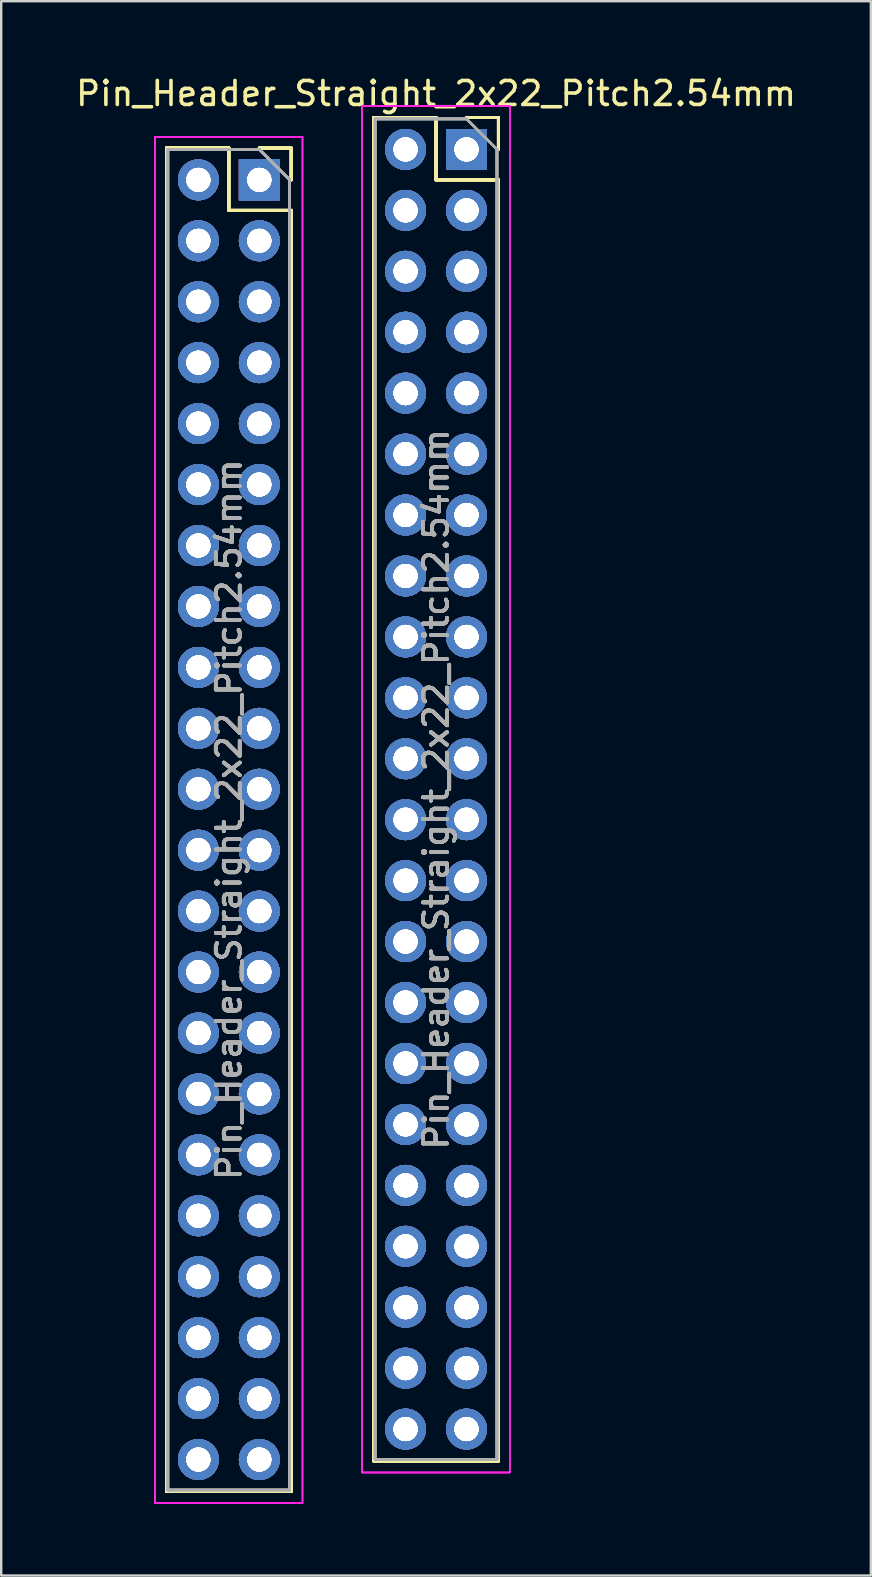
<source format=kicad_pcb>
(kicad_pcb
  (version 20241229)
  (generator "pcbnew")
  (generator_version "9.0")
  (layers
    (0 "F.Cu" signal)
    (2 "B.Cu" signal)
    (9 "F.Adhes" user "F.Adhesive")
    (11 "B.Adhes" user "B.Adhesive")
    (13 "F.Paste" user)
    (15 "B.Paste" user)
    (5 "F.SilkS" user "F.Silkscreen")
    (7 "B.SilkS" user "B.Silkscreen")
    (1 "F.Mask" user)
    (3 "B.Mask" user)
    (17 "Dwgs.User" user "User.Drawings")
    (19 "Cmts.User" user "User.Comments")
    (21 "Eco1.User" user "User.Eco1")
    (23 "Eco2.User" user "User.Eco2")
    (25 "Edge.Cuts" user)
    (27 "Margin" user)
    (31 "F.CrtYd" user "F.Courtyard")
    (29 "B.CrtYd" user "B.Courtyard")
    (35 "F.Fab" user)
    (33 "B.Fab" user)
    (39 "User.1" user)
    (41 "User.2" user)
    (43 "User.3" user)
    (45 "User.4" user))
  (footprint "Pin_Header_Straight_2x22_Pitch2.54mm"
    (layer "F.Cu")
    (at 12.458 32.261)
    (property "Reference" "Pin_Header_Straight_2x22_Pitch2.54mm" (at 2.667 -31.413 0) (layer "F.SilkS") (effects (font (size 1 1) (thickness 0.15))))
    (attr through_hole)
    (fp_line (start -8.569 -29.143) (end -8.569 26.857) (stroke (width 0.12) (type solid)) (layer "F.SilkS"))
    (fp_line (start -8.569 -29.143) (end -8.569 26.857) (stroke (width 0.12) (type solid)) (layer "F.SilkS"))
    (fp_line (start -8.569 -29.143) (end -8.569 26.857) (stroke (width 0.12) (type solid)) (layer "F.SilkS"))
    (fp_line (start -8.569 -29.143) (end -8.569 26.857) (stroke (width 0.12) (type solid)) (layer "F.SilkS"))
    (fp_line (start -8.569 -29.143) (end -8.569 26.857) (stroke (width 0.12) (type solid)) (layer "F.SilkS"))
    (fp_line (start -8.569 -29.143) (end -8.569 26.857) (stroke (width 0.12) (type solid)) (layer "F.SilkS"))
    (fp_line (start -8.569 -29.143) (end -8.569 26.857) (stroke (width 0.12) (type solid)) (layer "F.SilkS"))
    (fp_line (start -8.569 -29.143) (end -8.569 26.857) (stroke (width 0.12) (type solid)) (layer "F.SilkS"))
    (fp_line (start -5.969 -29.143) (end -8.569 -29.143) (stroke (width 0.12) (type solid)) (layer "F.SilkS"))
    (fp_line (start -5.969 -29.143) (end -8.569 -29.143) (stroke (width 0.12) (type solid)) (layer "F.SilkS"))
    (fp_line (start -5.969 -29.143) (end -8.569 -29.143) (stroke (width 0.12) (type solid)) (layer "F.SilkS"))
    (fp_line (start -5.969 -29.143) (end -8.569 -29.143) (stroke (width 0.12) (type solid)) (layer "F.SilkS"))
    (fp_line (start -5.969 -29.143) (end -8.569 -29.143) (stroke (width 0.12) (type solid)) (layer "F.SilkS"))
    (fp_line (start -5.969 -29.143) (end -8.569 -29.143) (stroke (width 0.12) (type solid)) (layer "F.SilkS"))
    (fp_line (start -5.969 -29.143) (end -8.569 -29.143) (stroke (width 0.12) (type solid)) (layer "F.SilkS"))
    (fp_line (start -5.969 -29.143) (end -8.569 -29.143) (stroke (width 0.12) (type solid)) (layer "F.SilkS"))
    (fp_line (start -5.969 -26.543) (end -5.969 -29.143) (stroke (width 0.12) (type solid)) (layer "F.SilkS"))
    (fp_line (start -5.969 -26.543) (end -5.969 -29.143) (stroke (width 0.12) (type solid)) (layer "F.SilkS"))
    (fp_line (start -5.969 -26.543) (end -5.969 -29.143) (stroke (width 0.12) (type solid)) (layer "F.SilkS"))
    (fp_line (start -5.969 -26.543) (end -5.969 -29.143) (stroke (width 0.12) (type solid)) (layer "F.SilkS"))
    (fp_line (start -5.969 -26.543) (end -5.969 -29.143) (stroke (width 0.12) (type solid)) (layer "F.SilkS"))
    (fp_line (start -5.969 -26.543) (end -5.969 -29.143) (stroke (width 0.12) (type solid)) (layer "F.SilkS"))
    (fp_line (start -5.969 -26.543) (end -5.969 -29.143) (stroke (width 0.12) (type solid)) (layer "F.SilkS"))
    (fp_line (start -5.969 -26.543) (end -5.969 -29.143) (stroke (width 0.12) (type solid)) (layer "F.SilkS"))
    (fp_line (start -3.369 -29.143) (end -4.699 -29.143) (stroke (width 0.12) (type solid)) (layer "F.SilkS"))
    (fp_line (start -3.369 -29.143) (end -4.699 -29.143) (stroke (width 0.12) (type solid)) (layer "F.SilkS"))
    (fp_line (start -3.369 -29.143) (end -4.699 -29.143) (stroke (width 0.12) (type solid)) (layer "F.SilkS"))
    (fp_line (start -3.369 -29.143) (end -4.699 -29.143) (stroke (width 0.12) (type solid)) (layer "F.SilkS"))
    (fp_line (start -3.369 -29.143) (end -4.699 -29.143) (stroke (width 0.12) (type solid)) (layer "F.SilkS"))
    (fp_line (start -3.369 -29.143) (end -4.699 -29.143) (stroke (width 0.12) (type solid)) (layer "F.SilkS"))
    (fp_line (start -3.369 -29.143) (end -4.699 -29.143) (stroke (width 0.12) (type solid)) (layer "F.SilkS"))
    (fp_line (start -3.369 -29.143) (end -4.699 -29.143) (stroke (width 0.12) (type solid)) (layer "F.SilkS"))
    (fp_line (start -3.369 -27.813) (end -3.369 -29.143) (stroke (width 0.12) (type solid)) (layer "F.SilkS"))
    (fp_line (start -3.369 -27.813) (end -3.369 -29.143) (stroke (width 0.12) (type solid)) (layer "F.SilkS"))
    (fp_line (start -3.369 -27.813) (end -3.369 -29.143) (stroke (width 0.12) (type solid)) (layer "F.SilkS"))
    (fp_line (start -3.369 -27.813) (end -3.369 -29.143) (stroke (width 0.12) (type solid)) (layer "F.SilkS"))
    (fp_line (start -3.369 -27.813) (end -3.369 -29.143) (stroke (width 0.12) (type solid)) (layer "F.SilkS"))
    (fp_line (start -3.369 -27.813) (end -3.369 -29.143) (stroke (width 0.12) (type solid)) (layer "F.SilkS"))
    (fp_line (start -3.369 -27.813) (end -3.369 -29.143) (stroke (width 0.12) (type solid)) (layer "F.SilkS"))
    (fp_line (start -3.369 -27.813) (end -3.369 -29.143) (stroke (width 0.12) (type solid)) (layer "F.SilkS"))
    (fp_line (start -3.369 -26.543) (end -5.969 -26.543) (stroke (width 0.12) (type solid)) (layer "F.SilkS"))
    (fp_line (start -3.369 -26.543) (end -5.969 -26.543) (stroke (width 0.12) (type solid)) (layer "F.SilkS"))
    (fp_line (start -3.369 -26.543) (end -5.969 -26.543) (stroke (width 0.12) (type solid)) (layer "F.SilkS"))
    (fp_line (start -3.369 -26.543) (end -5.969 -26.543) (stroke (width 0.12) (type solid)) (layer "F.SilkS"))
    (fp_line (start -3.369 -26.543) (end -5.969 -26.543) (stroke (width 0.12) (type solid)) (layer "F.SilkS"))
    (fp_line (start -3.369 -26.543) (end -5.969 -26.543) (stroke (width 0.12) (type solid)) (layer "F.SilkS"))
    (fp_line (start -3.369 -26.543) (end -5.969 -26.543) (stroke (width 0.12) (type solid)) (layer "F.SilkS"))
    (fp_line (start -3.369 -26.543) (end -5.969 -26.543) (stroke (width 0.12) (type solid)) (layer "F.SilkS"))
    (fp_line (start -3.369 -26.543) (end -3.369 26.857) (stroke (width 0.12) (type solid)) (layer "F.SilkS"))
    (fp_line (start -3.369 -26.543) (end -3.369 26.857) (stroke (width 0.12) (type solid)) (layer "F.SilkS"))
    (fp_line (start -3.369 -26.543) (end -3.369 26.857) (stroke (width 0.12) (type solid)) (layer "F.SilkS"))
    (fp_line (start -3.369 -26.543) (end -3.369 26.857) (stroke (width 0.12) (type solid)) (layer "F.SilkS"))
    (fp_line (start -3.369 -26.543) (end -3.369 26.857) (stroke (width 0.12) (type solid)) (layer "F.SilkS"))
    (fp_line (start -3.369 -26.543) (end -3.369 26.857) (stroke (width 0.12) (type solid)) (layer "F.SilkS"))
    (fp_line (start -3.369 -26.543) (end -3.369 26.857) (stroke (width 0.12) (type solid)) (layer "F.SilkS"))
    (fp_line (start -3.369 -26.543) (end -3.369 26.857) (stroke (width 0.12) (type solid)) (layer "F.SilkS"))
    (fp_line (start -3.369 26.857) (end -8.569 26.857) (stroke (width 0.12) (type solid)) (layer "F.SilkS"))
    (fp_line (start -3.369 26.857) (end -8.569 26.857) (stroke (width 0.12) (type solid)) (layer "F.SilkS"))
    (fp_line (start -3.369 26.857) (end -8.569 26.857) (stroke (width 0.12) (type solid)) (layer "F.SilkS"))
    (fp_line (start -3.369 26.857) (end -8.569 26.857) (stroke (width 0.12) (type solid)) (layer "F.SilkS"))
    (fp_line (start -3.369 26.857) (end -8.569 26.857) (stroke (width 0.12) (type solid)) (layer "F.SilkS"))
    (fp_line (start -3.369 26.857) (end -8.569 26.857) (stroke (width 0.12) (type solid)) (layer "F.SilkS"))
    (fp_line (start -3.369 26.857) (end -8.569 26.857) (stroke (width 0.12) (type solid)) (layer "F.SilkS"))
    (fp_line (start -3.369 26.857) (end -8.569 26.857) (stroke (width 0.12) (type solid)) (layer "F.SilkS"))
    (fp_line (start 0.067 -30.413) (end 0.067 25.587) (stroke (width 0.12) (type solid)) (layer "F.SilkS"))
    (fp_line (start 0.067 -30.413) (end 0.067 25.587) (stroke (width 0.12) (type solid)) (layer "F.SilkS"))
    (fp_line (start 0.067 -30.413) (end 0.067 25.587) (stroke (width 0.12) (type solid)) (layer "F.SilkS"))
    (fp_line (start 0.067 -30.413) (end 0.067 25.587) (stroke (width 0.12) (type solid)) (layer "F.SilkS"))
    (fp_line (start 0.067 -30.413) (end 0.067 25.587) (stroke (width 0.12) (type solid)) (layer "F.SilkS"))
    (fp_line (start 0.067 -30.413) (end 0.067 25.587) (stroke (width 0.12) (type solid)) (layer "F.SilkS"))
    (fp_line (start 0.067 -30.413) (end 0.067 25.587) (stroke (width 0.12) (type solid)) (layer "F.SilkS"))
    (fp_line (start 0.067 -30.413) (end 0.067 25.587) (stroke (width 0.12) (type solid)) (layer "F.SilkS"))
    (fp_line (start 2.667 -30.413) (end 0.067 -30.413) (stroke (width 0.12) (type solid)) (layer "F.SilkS"))
    (fp_line (start 2.667 -30.413) (end 0.067 -30.413) (stroke (width 0.12) (type solid)) (layer "F.SilkS"))
    (fp_line (start 2.667 -30.413) (end 0.067 -30.413) (stroke (width 0.12) (type solid)) (layer "F.SilkS"))
    (fp_line (start 2.667 -30.413) (end 0.067 -30.413) (stroke (width 0.12) (type solid)) (layer "F.SilkS"))
    (fp_line (start 2.667 -30.413) (end 0.067 -30.413) (stroke (width 0.12) (type solid)) (layer "F.SilkS"))
    (fp_line (start 2.667 -30.413) (end 0.067 -30.413) (stroke (width 0.12) (type solid)) (layer "F.SilkS"))
    (fp_line (start 2.667 -30.413) (end 0.067 -30.413) (stroke (width 0.12) (type solid)) (layer "F.SilkS"))
    (fp_line (start 2.667 -30.413) (end 0.067 -30.413) (stroke (width 0.12) (type solid)) (layer "F.SilkS"))
    (fp_line (start 2.667 -27.813) (end 2.667 -30.413) (stroke (width 0.12) (type solid)) (layer "F.SilkS"))
    (fp_line (start 2.667 -27.813) (end 2.667 -30.413) (stroke (width 0.12) (type solid)) (layer "F.SilkS"))
    (fp_line (start 2.667 -27.813) (end 2.667 -30.413) (stroke (width 0.12) (type solid)) (layer "F.SilkS"))
    (fp_line (start 2.667 -27.813) (end 2.667 -30.413) (stroke (width 0.12) (type solid)) (layer "F.SilkS"))
    (fp_line (start 2.667 -27.813) (end 2.667 -30.413) (stroke (width 0.12) (type solid)) (layer "F.SilkS"))
    (fp_line (start 2.667 -27.813) (end 2.667 -30.413) (stroke (width 0.12) (type solid)) (layer "F.SilkS"))
    (fp_line (start 2.667 -27.813) (end 2.667 -30.413) (stroke (width 0.12) (type solid)) (layer "F.SilkS"))
    (fp_line (start 2.667 -27.813) (end 2.667 -30.413) (stroke (width 0.12) (type solid)) (layer "F.SilkS"))
    (fp_line (start 5.267 -30.413) (end 3.937 -30.413) (stroke (width 0.12) (type solid)) (layer "F.SilkS"))
    (fp_line (start 5.267 -30.413) (end 3.937 -30.413) (stroke (width 0.12) (type solid)) (layer "F.SilkS"))
    (fp_line (start 5.267 -30.413) (end 3.937 -30.413) (stroke (width 0.12) (type solid)) (layer "F.SilkS"))
    (fp_line (start 5.267 -30.413) (end 3.937 -30.413) (stroke (width 0.12) (type solid)) (layer "F.SilkS"))
    (fp_line (start 5.267 -30.413) (end 3.937 -30.413) (stroke (width 0.12) (type solid)) (layer "F.SilkS"))
    (fp_line (start 5.267 -30.413) (end 3.937 -30.413) (stroke (width 0.12) (type solid)) (layer "F.SilkS"))
    (fp_line (start 5.267 -30.413) (end 3.937 -30.413) (stroke (width 0.12) (type solid)) (layer "F.SilkS"))
    (fp_line (start 5.267 -30.413) (end 3.937 -30.413) (stroke (width 0.12) (type solid)) (layer "F.SilkS"))
    (fp_line (start 5.267 -29.083) (end 5.267 -30.413) (stroke (width 0.12) (type solid)) (layer "F.SilkS"))
    (fp_line (start 5.267 -29.083) (end 5.267 -30.413) (stroke (width 0.12) (type solid)) (layer "F.SilkS"))
    (fp_line (start 5.267 -29.083) (end 5.267 -30.413) (stroke (width 0.12) (type solid)) (layer "F.SilkS"))
    (fp_line (start 5.267 -29.083) (end 5.267 -30.413) (stroke (width 0.12) (type solid)) (layer "F.SilkS"))
    (fp_line (start 5.267 -29.083) (end 5.267 -30.413) (stroke (width 0.12) (type solid)) (layer "F.SilkS"))
    (fp_line (start 5.267 -29.083) (end 5.267 -30.413) (stroke (width 0.12) (type solid)) (layer "F.SilkS"))
    (fp_line (start 5.267 -29.083) (end 5.267 -30.413) (stroke (width 0.12) (type solid)) (layer "F.SilkS"))
    (fp_line (start 5.267 -29.083) (end 5.267 -30.413) (stroke (width 0.12) (type solid)) (layer "F.SilkS"))
    (fp_line (start 5.267 -27.813) (end 2.667 -27.813) (stroke (width 0.12) (type solid)) (layer "F.SilkS"))
    (fp_line (start 5.267 -27.813) (end 2.667 -27.813) (stroke (width 0.12) (type solid)) (layer "F.SilkS"))
    (fp_line (start 5.267 -27.813) (end 2.667 -27.813) (stroke (width 0.12) (type solid)) (layer "F.SilkS"))
    (fp_line (start 5.267 -27.813) (end 2.667 -27.813) (stroke (width 0.12) (type solid)) (layer "F.SilkS"))
    (fp_line (start 5.267 -27.813) (end 2.667 -27.813) (stroke (width 0.12) (type solid)) (layer "F.SilkS"))
    (fp_line (start 5.267 -27.813) (end 2.667 -27.813) (stroke (width 0.12) (type solid)) (layer "F.SilkS"))
    (fp_line (start 5.267 -27.813) (end 2.667 -27.813) (stroke (width 0.12) (type solid)) (layer "F.SilkS"))
    (fp_line (start 5.267 -27.813) (end 2.667 -27.813) (stroke (width 0.12) (type solid)) (layer "F.SilkS"))
    (fp_line (start 5.267 -27.813) (end 5.267 25.587) (stroke (width 0.12) (type solid)) (layer "F.SilkS"))
    (fp_line (start 5.267 -27.813) (end 5.267 25.587) (stroke (width 0.12) (type solid)) (layer "F.SilkS"))
    (fp_line (start 5.267 -27.813) (end 5.267 25.587) (stroke (width 0.12) (type solid)) (layer "F.SilkS"))
    (fp_line (start 5.267 -27.813) (end 5.267 25.587) (stroke (width 0.12) (type solid)) (layer "F.SilkS"))
    (fp_line (start 5.267 -27.813) (end 5.267 25.587) (stroke (width 0.12) (type solid)) (layer "F.SilkS"))
    (fp_line (start 5.267 -27.813) (end 5.267 25.587) (stroke (width 0.12) (type solid)) (layer "F.SilkS"))
    (fp_line (start 5.267 -27.813) (end 5.267 25.587) (stroke (width 0.12) (type solid)) (layer "F.SilkS"))
    (fp_line (start 5.267 -27.813) (end 5.267 25.587) (stroke (width 0.12) (type solid)) (layer "F.SilkS"))
    (fp_line (start 5.267 25.587) (end 0.067 25.587) (stroke (width 0.12) (type solid)) (layer "F.SilkS"))
    (fp_line (start 5.267 25.587) (end 0.067 25.587) (stroke (width 0.12) (type solid)) (layer "F.SilkS"))
    (fp_line (start 5.267 25.587) (end 0.067 25.587) (stroke (width 0.12) (type solid)) (layer "F.SilkS"))
    (fp_line (start 5.267 25.587) (end 0.067 25.587) (stroke (width 0.12) (type solid)) (layer "F.SilkS"))
    (fp_line (start 5.267 25.587) (end 0.067 25.587) (stroke (width 0.12) (type solid)) (layer "F.SilkS"))
    (fp_line (start 5.267 25.587) (end 0.067 25.587) (stroke (width 0.12) (type solid)) (layer "F.SilkS"))
    (fp_line (start 5.267 25.587) (end 0.067 25.587) (stroke (width 0.12) (type solid)) (layer "F.SilkS"))
    (fp_line (start 5.267 25.587) (end 0.067 25.587) (stroke (width 0.12) (type solid)) (layer "F.SilkS"))
    (fp_line (start -9.049 -29.613) (end -2.899 -29.613) (stroke (width 0.05) (type solid)) (layer "F.CrtYd"))
    (fp_line (start -9.049 -29.613) (end -2.899 -29.613) (stroke (width 0.05) (type solid)) (layer "F.CrtYd"))
    (fp_line (start -9.049 -29.613) (end -2.899 -29.613) (stroke (width 0.05) (type solid)) (layer "F.CrtYd"))
    (fp_line (start -9.049 -29.613) (end -2.899 -29.613) (stroke (width 0.05) (type solid)) (layer "F.CrtYd"))
    (fp_line (start -9.049 -29.613) (end -2.899 -29.613) (stroke (width 0.05) (type solid)) (layer "F.CrtYd"))
    (fp_line (start -9.049 -29.613) (end -2.899 -29.613) (stroke (width 0.05) (type solid)) (layer "F.CrtYd"))
    (fp_line (start -9.049 -29.613) (end -2.899 -29.613) (stroke (width 0.05) (type solid)) (layer "F.CrtYd"))
    (fp_line (start -9.049 -29.613) (end -2.899 -29.613) (stroke (width 0.05) (type solid)) (layer "F.CrtYd"))
    (fp_line (start -9.049 27.337) (end -9.049 -29.613) (stroke (width 0.05) (type solid)) (layer "F.CrtYd"))
    (fp_line (start -9.049 27.337) (end -9.049 -29.613) (stroke (width 0.05) (type solid)) (layer "F.CrtYd"))
    (fp_line (start -9.049 27.337) (end -9.049 -29.613) (stroke (width 0.05) (type solid)) (layer "F.CrtYd"))
    (fp_line (start -9.049 27.337) (end -9.049 -29.613) (stroke (width 0.05) (type solid)) (layer "F.CrtYd"))
    (fp_line (start -9.049 27.337) (end -9.049 -29.613) (stroke (width 0.05) (type solid)) (layer "F.CrtYd"))
    (fp_line (start -9.049 27.337) (end -9.049 -29.613) (stroke (width 0.05) (type solid)) (layer "F.CrtYd"))
    (fp_line (start -9.049 27.337) (end -9.049 -29.613) (stroke (width 0.05) (type solid)) (layer "F.CrtYd"))
    (fp_line (start -9.049 27.337) (end -9.049 -29.613) (stroke (width 0.05) (type solid)) (layer "F.CrtYd"))
    (fp_line (start -2.899 -29.613) (end -2.899 27.337) (stroke (width 0.05) (type solid)) (layer "F.CrtYd"))
    (fp_line (start -2.899 -29.613) (end -2.899 27.337) (stroke (width 0.05) (type solid)) (layer "F.CrtYd"))
    (fp_line (start -2.899 -29.613) (end -2.899 27.337) (stroke (width 0.05) (type solid)) (layer "F.CrtYd"))
    (fp_line (start -2.899 -29.613) (end -2.899 27.337) (stroke (width 0.05) (type solid)) (layer "F.CrtYd"))
    (fp_line (start -2.899 -29.613) (end -2.899 27.337) (stroke (width 0.05) (type solid)) (layer "F.CrtYd"))
    (fp_line (start -2.899 -29.613) (end -2.899 27.337) (stroke (width 0.05) (type solid)) (layer "F.CrtYd"))
    (fp_line (start -2.899 -29.613) (end -2.899 27.337) (stroke (width 0.05) (type solid)) (layer "F.CrtYd"))
    (fp_line (start -2.899 -29.613) (end -2.899 27.337) (stroke (width 0.05) (type solid)) (layer "F.CrtYd"))
    (fp_line (start -2.899 27.337) (end -9.049 27.337) (stroke (width 0.05) (type solid)) (layer "F.CrtYd"))
    (fp_line (start -2.899 27.337) (end -9.049 27.337) (stroke (width 0.05) (type solid)) (layer "F.CrtYd"))
    (fp_line (start -2.899 27.337) (end -9.049 27.337) (stroke (width 0.05) (type solid)) (layer "F.CrtYd"))
    (fp_line (start -2.899 27.337) (end -9.049 27.337) (stroke (width 0.05) (type solid)) (layer "F.CrtYd"))
    (fp_line (start -2.899 27.337) (end -9.049 27.337) (stroke (width 0.05) (type solid)) (layer "F.CrtYd"))
    (fp_line (start -2.899 27.337) (end -9.049 27.337) (stroke (width 0.05) (type solid)) (layer "F.CrtYd"))
    (fp_line (start -2.899 27.337) (end -9.049 27.337) (stroke (width 0.05) (type solid)) (layer "F.CrtYd"))
    (fp_line (start -2.899 27.337) (end -9.049 27.337) (stroke (width 0.05) (type solid)) (layer "F.CrtYd"))
    (fp_line (start -0.413 -30.883) (end 5.737 -30.883) (stroke (width 0.05) (type solid)) (layer "F.CrtYd"))
    (fp_line (start -0.413 -30.883) (end 5.737 -30.883) (stroke (width 0.05) (type solid)) (layer "F.CrtYd"))
    (fp_line (start -0.413 -30.883) (end 5.737 -30.883) (stroke (width 0.05) (type solid)) (layer "F.CrtYd"))
    (fp_line (start -0.413 -30.883) (end 5.737 -30.883) (stroke (width 0.05) (type solid)) (layer "F.CrtYd"))
    (fp_line (start -0.413 -30.883) (end 5.737 -30.883) (stroke (width 0.05) (type solid)) (layer "F.CrtYd"))
    (fp_line (start -0.413 -30.883) (end 5.737 -30.883) (stroke (width 0.05) (type solid)) (layer "F.CrtYd"))
    (fp_line (start -0.413 -30.883) (end 5.737 -30.883) (stroke (width 0.05) (type solid)) (layer "F.CrtYd"))
    (fp_line (start -0.413 -30.883) (end 5.737 -30.883) (stroke (width 0.05) (type solid)) (layer "F.CrtYd"))
    (fp_line (start -0.413 26.067) (end -0.413 -30.883) (stroke (width 0.05) (type solid)) (layer "F.CrtYd"))
    (fp_line (start -0.413 26.067) (end -0.413 -30.883) (stroke (width 0.05) (type solid)) (layer "F.CrtYd"))
    (fp_line (start -0.413 26.067) (end -0.413 -30.883) (stroke (width 0.05) (type solid)) (layer "F.CrtYd"))
    (fp_line (start -0.413 26.067) (end -0.413 -30.883) (stroke (width 0.05) (type solid)) (layer "F.CrtYd"))
    (fp_line (start -0.413 26.067) (end -0.413 -30.883) (stroke (width 0.05) (type solid)) (layer "F.CrtYd"))
    (fp_line (start -0.413 26.067) (end -0.413 -30.883) (stroke (width 0.05) (type solid)) (layer "F.CrtYd"))
    (fp_line (start -0.413 26.067) (end -0.413 -30.883) (stroke (width 0.05) (type solid)) (layer "F.CrtYd"))
    (fp_line (start -0.413 26.067) (end -0.413 -30.883) (stroke (width 0.05) (type solid)) (layer "F.CrtYd"))
    (fp_line (start 5.737 -30.883) (end 5.737 26.067) (stroke (width 0.05) (type solid)) (layer "F.CrtYd"))
    (fp_line (start 5.737 -30.883) (end 5.737 26.067) (stroke (width 0.05) (type solid)) (layer "F.CrtYd"))
    (fp_line (start 5.737 -30.883) (end 5.737 26.067) (stroke (width 0.05) (type solid)) (layer "F.CrtYd"))
    (fp_line (start 5.737 -30.883) (end 5.737 26.067) (stroke (width 0.05) (type solid)) (layer "F.CrtYd"))
    (fp_line (start 5.737 -30.883) (end 5.737 26.067) (stroke (width 0.05) (type solid)) (layer "F.CrtYd"))
    (fp_line (start 5.737 -30.883) (end 5.737 26.067) (stroke (width 0.05) (type solid)) (layer "F.CrtYd"))
    (fp_line (start 5.737 -30.883) (end 5.737 26.067) (stroke (width 0.05) (type solid)) (layer "F.CrtYd"))
    (fp_line (start 5.737 -30.883) (end 5.737 26.067) (stroke (width 0.05) (type solid)) (layer "F.CrtYd"))
    (fp_line (start 5.737 26.067) (end -0.413 26.067) (stroke (width 0.05) (type solid)) (layer "F.CrtYd"))
    (fp_line (start 5.737 26.067) (end -0.413 26.067) (stroke (width 0.05) (type solid)) (layer "F.CrtYd"))
    (fp_line (start 5.737 26.067) (end -0.413 26.067) (stroke (width 0.05) (type solid)) (layer "F.CrtYd"))
    (fp_line (start 5.737 26.067) (end -0.413 26.067) (stroke (width 0.05) (type solid)) (layer "F.CrtYd"))
    (fp_line (start 5.737 26.067) (end -0.413 26.067) (stroke (width 0.05) (type solid)) (layer "F.CrtYd"))
    (fp_line (start 5.737 26.067) (end -0.413 26.067) (stroke (width 0.05) (type solid)) (layer "F.CrtYd"))
    (fp_line (start 5.737 26.067) (end -0.413 26.067) (stroke (width 0.05) (type solid)) (layer "F.CrtYd"))
    (fp_line (start 5.737 26.067) (end -0.413 26.067) (stroke (width 0.05) (type solid)) (layer "F.CrtYd"))
    (fp_line (start -8.509 -29.083) (end -8.509 26.797) (stroke (width 0.1) (type solid)) (layer "F.Fab"))
    (fp_line (start -8.509 -29.083) (end -8.509 26.797) (stroke (width 0.1) (type solid)) (layer "F.Fab"))
    (fp_line (start -8.509 -29.083) (end -8.509 26.797) (stroke (width 0.1) (type solid)) (layer "F.Fab"))
    (fp_line (start -8.509 -29.083) (end -8.509 26.797) (stroke (width 0.1) (type solid)) (layer "F.Fab"))
    (fp_line (start -8.509 -29.083) (end -8.509 26.797) (stroke (width 0.1) (type solid)) (layer "F.Fab"))
    (fp_line (start -8.509 -29.083) (end -8.509 26.797) (stroke (width 0.1) (type solid)) (layer "F.Fab"))
    (fp_line (start -8.509 -29.083) (end -8.509 26.797) (stroke (width 0.1) (type solid)) (layer "F.Fab"))
    (fp_line (start -8.509 -29.083) (end -8.509 26.797) (stroke (width 0.1) (type solid)) (layer "F.Fab"))
    (fp_line (start -8.509 26.797) (end -3.429 26.797) (stroke (width 0.1) (type solid)) (layer "F.Fab"))
    (fp_line (start -8.509 26.797) (end -3.429 26.797) (stroke (width 0.1) (type solid)) (layer "F.Fab"))
    (fp_line (start -8.509 26.797) (end -3.429 26.797) (stroke (width 0.1) (type solid)) (layer "F.Fab"))
    (fp_line (start -8.509 26.797) (end -3.429 26.797) (stroke (width 0.1) (type solid)) (layer "F.Fab"))
    (fp_line (start -8.509 26.797) (end -3.429 26.797) (stroke (width 0.1) (type solid)) (layer "F.Fab"))
    (fp_line (start -8.509 26.797) (end -3.429 26.797) (stroke (width 0.1) (type solid)) (layer "F.Fab"))
    (fp_line (start -8.509 26.797) (end -3.429 26.797) (stroke (width 0.1) (type solid)) (layer "F.Fab"))
    (fp_line (start -8.509 26.797) (end -3.429 26.797) (stroke (width 0.1) (type solid)) (layer "F.Fab"))
    (fp_line (start -4.699 -29.083) (end -8.509 -29.083) (stroke (width 0.1) (type solid)) (layer "F.Fab"))
    (fp_line (start -4.699 -29.083) (end -8.509 -29.083) (stroke (width 0.1) (type solid)) (layer "F.Fab"))
    (fp_line (start -4.699 -29.083) (end -8.509 -29.083) (stroke (width 0.1) (type solid)) (layer "F.Fab"))
    (fp_line (start -4.699 -29.083) (end -8.509 -29.083) (stroke (width 0.1) (type solid)) (layer "F.Fab"))
    (fp_line (start -4.699 -29.083) (end -8.509 -29.083) (stroke (width 0.1) (type solid)) (layer "F.Fab"))
    (fp_line (start -4.699 -29.083) (end -8.509 -29.083) (stroke (width 0.1) (type solid)) (layer "F.Fab"))
    (fp_line (start -4.699 -29.083) (end -8.509 -29.083) (stroke (width 0.1) (type solid)) (layer "F.Fab"))
    (fp_line (start -4.699 -29.083) (end -8.509 -29.083) (stroke (width 0.1) (type solid)) (layer "F.Fab"))
    (fp_line (start -3.429 -27.813) (end -4.699 -29.083) (stroke (width 0.1) (type solid)) (layer "F.Fab"))
    (fp_line (start -3.429 -27.813) (end -4.699 -29.083) (stroke (width 0.1) (type solid)) (layer "F.Fab"))
    (fp_line (start -3.429 -27.813) (end -4.699 -29.083) (stroke (width 0.1) (type solid)) (layer "F.Fab"))
    (fp_line (start -3.429 -27.813) (end -4.699 -29.083) (stroke (width 0.1) (type solid)) (layer "F.Fab"))
    (fp_line (start -3.429 -27.813) (end -4.699 -29.083) (stroke (width 0.1) (type solid)) (layer "F.Fab"))
    (fp_line (start -3.429 -27.813) (end -4.699 -29.083) (stroke (width 0.1) (type solid)) (layer "F.Fab"))
    (fp_line (start -3.429 -27.813) (end -4.699 -29.083) (stroke (width 0.1) (type solid)) (layer "F.Fab"))
    (fp_line (start -3.429 -27.813) (end -4.699 -29.083) (stroke (width 0.1) (type solid)) (layer "F.Fab"))
    (fp_line (start -3.429 26.797) (end -3.429 -27.813) (stroke (width 0.1) (type solid)) (layer "F.Fab"))
    (fp_line (start -3.429 26.797) (end -3.429 -27.813) (stroke (width 0.1) (type solid)) (layer "F.Fab"))
    (fp_line (start -3.429 26.797) (end -3.429 -27.813) (stroke (width 0.1) (type solid)) (layer "F.Fab"))
    (fp_line (start -3.429 26.797) (end -3.429 -27.813) (stroke (width 0.1) (type solid)) (layer "F.Fab"))
    (fp_line (start -3.429 26.797) (end -3.429 -27.813) (stroke (width 0.1) (type solid)) (layer "F.Fab"))
    (fp_line (start -3.429 26.797) (end -3.429 -27.813) (stroke (width 0.1) (type solid)) (layer "F.Fab"))
    (fp_line (start -3.429 26.797) (end -3.429 -27.813) (stroke (width 0.1) (type solid)) (layer "F.Fab"))
    (fp_line (start -3.429 26.797) (end -3.429 -27.813) (stroke (width 0.1) (type solid)) (layer "F.Fab"))
    (fp_line (start 0.127 -30.353) (end 0.127 25.527) (stroke (width 0.1) (type solid)) (layer "F.Fab"))
    (fp_line (start 0.127 -30.353) (end 0.127 25.527) (stroke (width 0.1) (type solid)) (layer "F.Fab"))
    (fp_line (start 0.127 -30.353) (end 0.127 25.527) (stroke (width 0.1) (type solid)) (layer "F.Fab"))
    (fp_line (start 0.127 -30.353) (end 0.127 25.527) (stroke (width 0.1) (type solid)) (layer "F.Fab"))
    (fp_line (start 0.127 -30.353) (end 0.127 25.527) (stroke (width 0.1) (type solid)) (layer "F.Fab"))
    (fp_line (start 0.127 -30.353) (end 0.127 25.527) (stroke (width 0.1) (type solid)) (layer "F.Fab"))
    (fp_line (start 0.127 -30.353) (end 0.127 25.527) (stroke (width 0.1) (type solid)) (layer "F.Fab"))
    (fp_line (start 0.127 -30.353) (end 0.127 25.527) (stroke (width 0.1) (type solid)) (layer "F.Fab"))
    (fp_line (start 0.127 25.527) (end 5.207 25.527) (stroke (width 0.1) (type solid)) (layer "F.Fab"))
    (fp_line (start 0.127 25.527) (end 5.207 25.527) (stroke (width 0.1) (type solid)) (layer "F.Fab"))
    (fp_line (start 0.127 25.527) (end 5.207 25.527) (stroke (width 0.1) (type solid)) (layer "F.Fab"))
    (fp_line (start 0.127 25.527) (end 5.207 25.527) (stroke (width 0.1) (type solid)) (layer "F.Fab"))
    (fp_line (start 0.127 25.527) (end 5.207 25.527) (stroke (width 0.1) (type solid)) (layer "F.Fab"))
    (fp_line (start 0.127 25.527) (end 5.207 25.527) (stroke (width 0.1) (type solid)) (layer "F.Fab"))
    (fp_line (start 0.127 25.527) (end 5.207 25.527) (stroke (width 0.1) (type solid)) (layer "F.Fab"))
    (fp_line (start 0.127 25.527) (end 5.207 25.527) (stroke (width 0.1) (type solid)) (layer "F.Fab"))
    (fp_line (start 3.937 -30.353) (end 0.127 -30.353) (stroke (width 0.1) (type solid)) (layer "F.Fab"))
    (fp_line (start 3.937 -30.353) (end 0.127 -30.353) (stroke (width 0.1) (type solid)) (layer "F.Fab"))
    (fp_line (start 3.937 -30.353) (end 0.127 -30.353) (stroke (width 0.1) (type solid)) (layer "F.Fab"))
    (fp_line (start 3.937 -30.353) (end 0.127 -30.353) (stroke (width 0.1) (type solid)) (layer "F.Fab"))
    (fp_line (start 3.937 -30.353) (end 0.127 -30.353) (stroke (width 0.1) (type solid)) (layer "F.Fab"))
    (fp_line (start 3.937 -30.353) (end 0.127 -30.353) (stroke (width 0.1) (type solid)) (layer "F.Fab"))
    (fp_line (start 3.937 -30.353) (end 0.127 -30.353) (stroke (width 0.1) (type solid)) (layer "F.Fab"))
    (fp_line (start 3.937 -30.353) (end 0.127 -30.353) (stroke (width 0.1) (type solid)) (layer "F.Fab"))
    (fp_line (start 5.207 -29.083) (end 3.937 -30.353) (stroke (width 0.1) (type solid)) (layer "F.Fab"))
    (fp_line (start 5.207 -29.083) (end 3.937 -30.353) (stroke (width 0.1) (type solid)) (layer "F.Fab"))
    (fp_line (start 5.207 -29.083) (end 3.937 -30.353) (stroke (width 0.1) (type solid)) (layer "F.Fab"))
    (fp_line (start 5.207 -29.083) (end 3.937 -30.353) (stroke (width 0.1) (type solid)) (layer "F.Fab"))
    (fp_line (start 5.207 -29.083) (end 3.937 -30.353) (stroke (width 0.1) (type solid)) (layer "F.Fab"))
    (fp_line (start 5.207 -29.083) (end 3.937 -30.353) (stroke (width 0.1) (type solid)) (layer "F.Fab"))
    (fp_line (start 5.207 -29.083) (end 3.937 -30.353) (stroke (width 0.1) (type solid)) (layer "F.Fab"))
    (fp_line (start 5.207 -29.083) (end 3.937 -30.353) (stroke (width 0.1) (type solid)) (layer "F.Fab"))
    (fp_line (start 5.207 25.527) (end 5.207 -29.083) (stroke (width 0.1) (type solid)) (layer "F.Fab"))
    (fp_line (start 5.207 25.527) (end 5.207 -29.083) (stroke (width 0.1) (type solid)) (layer "F.Fab"))
    (fp_line (start 5.207 25.527) (end 5.207 -29.083) (stroke (width 0.1) (type solid)) (layer "F.Fab"))
    (fp_line (start 5.207 25.527) (end 5.207 -29.083) (stroke (width 0.1) (type solid)) (layer "F.Fab"))
    (fp_line (start 5.207 25.527) (end 5.207 -29.083) (stroke (width 0.1) (type solid)) (layer "F.Fab"))
    (fp_line (start 5.207 25.527) (end 5.207 -29.083) (stroke (width 0.1) (type solid)) (layer "F.Fab"))
    (fp_line (start 5.207 25.527) (end 5.207 -29.083) (stroke (width 0.1) (type solid)) (layer "F.Fab"))
    (fp_line (start 5.207 25.527) (end 5.207 -29.083) (stroke (width 0.1) (type solid)) (layer "F.Fab"))
    (fp_text user "${REFERENCE}" (at 2.667 -2.413 270) (layer "F.Fab") (effects (font (size 1 1) (thickness 0.15))))
    (fp_text user "${REFERENCE}" (at 2.667 -2.413 270) (layer "F.Fab") (effects (font (size 1 1) (thickness 0.15))))
    (fp_text user "${REFERENCE}" (at -5.969 -1.143 270) (layer "F.Fab") (effects (font (size 1 1) (thickness 0.15))))
    (fp_text user "${REFERENCE}" (at -5.969 -1.143 270) (layer "F.Fab") (effects (font (size 1 1) (thickness 0.15))))
    (fp_text user "${REFERENCE}" (at -5.969 -1.143 270) (layer "F.Fab") (effects (font (size 1 1) (thickness 0.15))))
    (fp_text user "${REFERENCE}" (at -5.969 -1.143 270) (layer "F.Fab") (effects (font (size 1 1) (thickness 0.15))))
    (fp_text user "${REFERENCE}" (at 2.667 -2.413 270) (layer "F.Fab") (effects (font (size 1 1) (thickness 0.15))))
    (fp_text user "${REFERENCE}" (at 2.667 -2.413 270) (layer "F.Fab") (effects (font (size 1 1) (thickness 0.15))))
    (fp_text user "${REFERENCE}" (at -5.969 -1.143 270) (layer "F.Fab") (effects (font (size 1 1) (thickness 0.15))))
    (fp_text user "${REFERENCE}" (at -5.969 -1.143 270) (layer "F.Fab") (effects (font (size 1 1) (thickness 0.15))))
    (fp_text user "${REFERENCE}" (at 2.667 -2.413 270) (layer "F.Fab") (effects (font (size 1 1) (thickness 0.15))))
    (fp_text user "${REFERENCE}" (at 2.667 -2.413 270) (layer "F.Fab") (effects (font (size 1 1) (thickness 0.15))))
    (fp_text user "${REFERENCE}" (at -5.969 -1.143 270) (layer "F.Fab") (effects (font (size 1 1) (thickness 0.15))))
    (fp_text user "${REFERENCE}" (at -5.969 -1.143 270) (layer "F.Fab") (effects (font (size 1 1) (thickness 0.15))))
    (fp_text user "${REFERENCE}" (at 2.667 -2.413 270) (layer "F.Fab") (effects (font (size 1 1) (thickness 0.15))))
    (fp_text user "${REFERENCE}" (at 2.667 -2.413 270) (layer "F.Fab") (effects (font (size 1 1) (thickness 0.15))))
    (pad "1" thru_hole rect (at -4.699 -27.813) (size 1.7 1.7) (drill 1) (layers "*.Cu" "*.Mask"))
    (pad "1" thru_hole rect (at -4.699 -27.813) (size 1.7 1.7) (drill 1) (layers "*.Cu" "*.Mask"))
    (pad "1" thru_hole rect (at -4.699 -27.813) (size 1.7 1.7) (drill 1) (layers "*.Cu" "*.Mask"))
    (pad "1" thru_hole rect (at -4.699 -27.813) (size 1.7 1.7) (drill 1) (layers "*.Cu" "*.Mask"))
    (pad "1" thru_hole rect (at -4.699 -27.813) (size 1.7 1.7) (drill 1) (layers "*.Cu" "*.Mask"))
    (pad "1" thru_hole rect (at -4.699 -27.813) (size 1.7 1.7) (drill 1) (layers "*.Cu" "*.Mask"))
    (pad "1" thru_hole rect (at -4.699 -27.813) (size 1.7 1.7) (drill 1) (layers "*.Cu" "*.Mask"))
    (pad "1" thru_hole rect (at -4.699 -27.813) (size 1.7 1.7) (drill 1) (layers "*.Cu" "*.Mask"))
    (pad "1" thru_hole rect (at 3.937 -29.083) (size 1.7 1.7) (drill 1) (layers "*.Cu" "*.Mask"))
    (pad "1" thru_hole rect (at 3.937 -29.083) (size 1.7 1.7) (drill 1) (layers "*.Cu" "*.Mask"))
    (pad "1" thru_hole rect (at 3.937 -29.083) (size 1.7 1.7) (drill 1) (layers "*.Cu" "*.Mask"))
    (pad "1" thru_hole rect (at 3.937 -29.083) (size 1.7 1.7) (drill 1) (layers "*.Cu" "*.Mask"))
    (pad "1" thru_hole rect (at 3.937 -29.083) (size 1.7 1.7) (drill 1) (layers "*.Cu" "*.Mask"))
    (pad "1" thru_hole rect (at 3.937 -29.083) (size 1.7 1.7) (drill 1) (layers "*.Cu" "*.Mask"))
    (pad "1" thru_hole rect (at 3.937 -29.083) (size 1.7 1.7) (drill 1) (layers "*.Cu" "*.Mask"))
    (pad "1" thru_hole rect (at 3.937 -29.083) (size 1.7 1.7) (drill 1) (layers "*.Cu" "*.Mask"))
    (pad "2" thru_hole oval (at -7.239 -27.813) (size 1.7 1.7) (drill 1) (layers "*.Cu" "*.Mask"))
    (pad "2" thru_hole oval (at -7.239 -27.813) (size 1.7 1.7) (drill 1) (layers "*.Cu" "*.Mask"))
    (pad "2" thru_hole oval (at -7.239 -27.813) (size 1.7 1.7) (drill 1) (layers "*.Cu" "*.Mask"))
    (pad "2" thru_hole oval (at -7.239 -27.813) (size 1.7 1.7) (drill 1) (layers "*.Cu" "*.Mask"))
    (pad "2" thru_hole oval (at -7.239 -27.813) (size 1.7 1.7) (drill 1) (layers "*.Cu" "*.Mask"))
    (pad "2" thru_hole oval (at -7.239 -27.813) (size 1.7 1.7) (drill 1) (layers "*.Cu" "*.Mask"))
    (pad "2" thru_hole oval (at -7.239 -27.813) (size 1.7 1.7) (drill 1) (layers "*.Cu" "*.Mask"))
    (pad "2" thru_hole oval (at -7.239 -27.813) (size 1.7 1.7) (drill 1) (layers "*.Cu" "*.Mask"))
    (pad "2" thru_hole oval (at 1.397 -29.083) (size 1.7 1.7) (drill 1) (layers "*.Cu" "*.Mask"))
    (pad "2" thru_hole oval (at 1.397 -29.083) (size 1.7 1.7) (drill 1) (layers "*.Cu" "*.Mask"))
    (pad "2" thru_hole oval (at 1.397 -29.083) (size 1.7 1.7) (drill 1) (layers "*.Cu" "*.Mask"))
    (pad "2" thru_hole oval (at 1.397 -29.083) (size 1.7 1.7) (drill 1) (layers "*.Cu" "*.Mask"))
    (pad "2" thru_hole oval (at 1.397 -29.083) (size 1.7 1.7) (drill 1) (layers "*.Cu" "*.Mask"))
    (pad "2" thru_hole oval (at 1.397 -29.083) (size 1.7 1.7) (drill 1) (layers "*.Cu" "*.Mask"))
    (pad "2" thru_hole oval (at 1.397 -29.083) (size 1.7 1.7) (drill 1) (layers "*.Cu" "*.Mask"))
    (pad "2" thru_hole oval (at 1.397 -29.083) (size 1.7 1.7) (drill 1) (layers "*.Cu" "*.Mask"))
    (pad "3" thru_hole oval (at -4.699 -25.273) (size 1.7 1.7) (drill 1) (layers "*.Cu" "*.Mask"))
    (pad "3" thru_hole oval (at -4.699 -25.273) (size 1.7 1.7) (drill 1) (layers "*.Cu" "*.Mask"))
    (pad "3" thru_hole oval (at -4.699 -25.273) (size 1.7 1.7) (drill 1) (layers "*.Cu" "*.Mask"))
    (pad "3" thru_hole oval (at -4.699 -25.273) (size 1.7 1.7) (drill 1) (layers "*.Cu" "*.Mask"))
    (pad "3" thru_hole oval (at -4.699 -25.273) (size 1.7 1.7) (drill 1) (layers "*.Cu" "*.Mask"))
    (pad "3" thru_hole oval (at -4.699 -25.273) (size 1.7 1.7) (drill 1) (layers "*.Cu" "*.Mask"))
    (pad "3" thru_hole oval (at -4.699 -25.273) (size 1.7 1.7) (drill 1) (layers "*.Cu" "*.Mask"))
    (pad "3" thru_hole oval (at -4.699 -25.273) (size 1.7 1.7) (drill 1) (layers "*.Cu" "*.Mask"))
    (pad "3" thru_hole oval (at 3.937 -26.543) (size 1.7 1.7) (drill 1) (layers "*.Cu" "*.Mask"))
    (pad "3" thru_hole oval (at 3.937 -26.543) (size 1.7 1.7) (drill 1) (layers "*.Cu" "*.Mask"))
    (pad "3" thru_hole oval (at 3.937 -26.543) (size 1.7 1.7) (drill 1) (layers "*.Cu" "*.Mask"))
    (pad "3" thru_hole oval (at 3.937 -26.543) (size 1.7 1.7) (drill 1) (layers "*.Cu" "*.Mask"))
    (pad "3" thru_hole oval (at 3.937 -26.543) (size 1.7 1.7) (drill 1) (layers "*.Cu" "*.Mask"))
    (pad "3" thru_hole oval (at 3.937 -26.543) (size 1.7 1.7) (drill 1) (layers "*.Cu" "*.Mask"))
    (pad "3" thru_hole oval (at 3.937 -26.543) (size 1.7 1.7) (drill 1) (layers "*.Cu" "*.Mask"))
    (pad "3" thru_hole oval (at 3.937 -26.543) (size 1.7 1.7) (drill 1) (layers "*.Cu" "*.Mask"))
    (pad "4" thru_hole oval (at -7.239 -25.273) (size 1.7 1.7) (drill 1) (layers "*.Cu" "*.Mask"))
    (pad "4" thru_hole oval (at -7.239 -25.273) (size 1.7 1.7) (drill 1) (layers "*.Cu" "*.Mask"))
    (pad "4" thru_hole oval (at -7.239 -25.273) (size 1.7 1.7) (drill 1) (layers "*.Cu" "*.Mask"))
    (pad "4" thru_hole oval (at -7.239 -25.273) (size 1.7 1.7) (drill 1) (layers "*.Cu" "*.Mask"))
    (pad "4" thru_hole oval (at -7.239 -25.273) (size 1.7 1.7) (drill 1) (layers "*.Cu" "*.Mask"))
    (pad "4" thru_hole oval (at -7.239 -25.273) (size 1.7 1.7) (drill 1) (layers "*.Cu" "*.Mask"))
    (pad "4" thru_hole oval (at -7.239 -25.273) (size 1.7 1.7) (drill 1) (layers "*.Cu" "*.Mask"))
    (pad "4" thru_hole oval (at -7.239 -25.273) (size 1.7 1.7) (drill 1) (layers "*.Cu" "*.Mask"))
    (pad "4" thru_hole oval (at 1.397 -26.543) (size 1.7 1.7) (drill 1) (layers "*.Cu" "*.Mask"))
    (pad "4" thru_hole oval (at 1.397 -26.543) (size 1.7 1.7) (drill 1) (layers "*.Cu" "*.Mask"))
    (pad "4" thru_hole oval (at 1.397 -26.543) (size 1.7 1.7) (drill 1) (layers "*.Cu" "*.Mask"))
    (pad "4" thru_hole oval (at 1.397 -26.543) (size 1.7 1.7) (drill 1) (layers "*.Cu" "*.Mask"))
    (pad "4" thru_hole oval (at 1.397 -26.543) (size 1.7 1.7) (drill 1) (layers "*.Cu" "*.Mask"))
    (pad "4" thru_hole oval (at 1.397 -26.543) (size 1.7 1.7) (drill 1) (layers "*.Cu" "*.Mask"))
    (pad "4" thru_hole oval (at 1.397 -26.543) (size 1.7 1.7) (drill 1) (layers "*.Cu" "*.Mask"))
    (pad "4" thru_hole oval (at 1.397 -26.543) (size 1.7 1.7) (drill 1) (layers "*.Cu" "*.Mask"))
    (pad "5" thru_hole oval (at -4.699 -22.733) (size 1.7 1.7) (drill 1) (layers "*.Cu" "*.Mask"))
    (pad "5" thru_hole oval (at -4.699 -22.733) (size 1.7 1.7) (drill 1) (layers "*.Cu" "*.Mask"))
    (pad "5" thru_hole oval (at -4.699 -22.733) (size 1.7 1.7) (drill 1) (layers "*.Cu" "*.Mask"))
    (pad "5" thru_hole oval (at -4.699 -22.733) (size 1.7 1.7) (drill 1) (layers "*.Cu" "*.Mask"))
    (pad "5" thru_hole oval (at -4.699 -22.733) (size 1.7 1.7) (drill 1) (layers "*.Cu" "*.Mask"))
    (pad "5" thru_hole oval (at -4.699 -22.733) (size 1.7 1.7) (drill 1) (layers "*.Cu" "*.Mask"))
    (pad "5" thru_hole oval (at -4.699 -22.733) (size 1.7 1.7) (drill 1) (layers "*.Cu" "*.Mask"))
    (pad "5" thru_hole oval (at -4.699 -22.733) (size 1.7 1.7) (drill 1) (layers "*.Cu" "*.Mask"))
    (pad "5" thru_hole oval (at 3.937 -24.003) (size 1.7 1.7) (drill 1) (layers "*.Cu" "*.Mask"))
    (pad "5" thru_hole oval (at 3.937 -24.003) (size 1.7 1.7) (drill 1) (layers "*.Cu" "*.Mask"))
    (pad "5" thru_hole oval (at 3.937 -24.003) (size 1.7 1.7) (drill 1) (layers "*.Cu" "*.Mask"))
    (pad "5" thru_hole oval (at 3.937 -24.003) (size 1.7 1.7) (drill 1) (layers "*.Cu" "*.Mask"))
    (pad "5" thru_hole oval (at 3.937 -24.003) (size 1.7 1.7) (drill 1) (layers "*.Cu" "*.Mask"))
    (pad "5" thru_hole oval (at 3.937 -24.003) (size 1.7 1.7) (drill 1) (layers "*.Cu" "*.Mask"))
    (pad "5" thru_hole oval (at 3.937 -24.003) (size 1.7 1.7) (drill 1) (layers "*.Cu" "*.Mask"))
    (pad "5" thru_hole oval (at 3.937 -24.003) (size 1.7 1.7) (drill 1) (layers "*.Cu" "*.Mask"))
    (pad "6" thru_hole oval (at -7.239 -22.733) (size 1.7 1.7) (drill 1) (layers "*.Cu" "*.Mask"))
    (pad "6" thru_hole oval (at -7.239 -22.733) (size 1.7 1.7) (drill 1) (layers "*.Cu" "*.Mask"))
    (pad "6" thru_hole oval (at -7.239 -22.733) (size 1.7 1.7) (drill 1) (layers "*.Cu" "*.Mask"))
    (pad "6" thru_hole oval (at -7.239 -22.733) (size 1.7 1.7) (drill 1) (layers "*.Cu" "*.Mask"))
    (pad "6" thru_hole oval (at -7.239 -22.733) (size 1.7 1.7) (drill 1) (layers "*.Cu" "*.Mask"))
    (pad "6" thru_hole oval (at -7.239 -22.733) (size 1.7 1.7) (drill 1) (layers "*.Cu" "*.Mask"))
    (pad "6" thru_hole oval (at -7.239 -22.733) (size 1.7 1.7) (drill 1) (layers "*.Cu" "*.Mask"))
    (pad "6" thru_hole oval (at -7.239 -22.733) (size 1.7 1.7) (drill 1) (layers "*.Cu" "*.Mask"))
    (pad "6" thru_hole oval (at 1.397 -24.003) (size 1.7 1.7) (drill 1) (layers "*.Cu" "*.Mask"))
    (pad "6" thru_hole oval (at 1.397 -24.003) (size 1.7 1.7) (drill 1) (layers "*.Cu" "*.Mask"))
    (pad "6" thru_hole oval (at 1.397 -24.003) (size 1.7 1.7) (drill 1) (layers "*.Cu" "*.Mask"))
    (pad "6" thru_hole oval (at 1.397 -24.003) (size 1.7 1.7) (drill 1) (layers "*.Cu" "*.Mask"))
    (pad "6" thru_hole oval (at 1.397 -24.003) (size 1.7 1.7) (drill 1) (layers "*.Cu" "*.Mask"))
    (pad "6" thru_hole oval (at 1.397 -24.003) (size 1.7 1.7) (drill 1) (layers "*.Cu" "*.Mask"))
    (pad "6" thru_hole oval (at 1.397 -24.003) (size 1.7 1.7) (drill 1) (layers "*.Cu" "*.Mask"))
    (pad "6" thru_hole oval (at 1.397 -24.003) (size 1.7 1.7) (drill 1) (layers "*.Cu" "*.Mask"))
    (pad "7" thru_hole oval (at -4.699 -20.193) (size 1.7 1.7) (drill 1) (layers "*.Cu" "*.Mask"))
    (pad "7" thru_hole oval (at -4.699 -20.193) (size 1.7 1.7) (drill 1) (layers "*.Cu" "*.Mask"))
    (pad "7" thru_hole oval (at -4.699 -20.193) (size 1.7 1.7) (drill 1) (layers "*.Cu" "*.Mask"))
    (pad "7" thru_hole oval (at -4.699 -20.193) (size 1.7 1.7) (drill 1) (layers "*.Cu" "*.Mask"))
    (pad "7" thru_hole oval (at -4.699 -20.193) (size 1.7 1.7) (drill 1) (layers "*.Cu" "*.Mask"))
    (pad "7" thru_hole oval (at -4.699 -20.193) (size 1.7 1.7) (drill 1) (layers "*.Cu" "*.Mask"))
    (pad "7" thru_hole oval (at -4.699 -20.193) (size 1.7 1.7) (drill 1) (layers "*.Cu" "*.Mask"))
    (pad "7" thru_hole oval (at -4.699 -20.193) (size 1.7 1.7) (drill 1) (layers "*.Cu" "*.Mask"))
    (pad "7" thru_hole oval (at 3.937 -21.463) (size 1.7 1.7) (drill 1) (layers "*.Cu" "*.Mask"))
    (pad "7" thru_hole oval (at 3.937 -21.463) (size 1.7 1.7) (drill 1) (layers "*.Cu" "*.Mask"))
    (pad "7" thru_hole oval (at 3.937 -21.463) (size 1.7 1.7) (drill 1) (layers "*.Cu" "*.Mask"))
    (pad "7" thru_hole oval (at 3.937 -21.463) (size 1.7 1.7) (drill 1) (layers "*.Cu" "*.Mask"))
    (pad "7" thru_hole oval (at 3.937 -21.463) (size 1.7 1.7) (drill 1) (layers "*.Cu" "*.Mask"))
    (pad "7" thru_hole oval (at 3.937 -21.463) (size 1.7 1.7) (drill 1) (layers "*.Cu" "*.Mask"))
    (pad "7" thru_hole oval (at 3.937 -21.463) (size 1.7 1.7) (drill 1) (layers "*.Cu" "*.Mask"))
    (pad "7" thru_hole oval (at 3.937 -21.463) (size 1.7 1.7) (drill 1) (layers "*.Cu" "*.Mask"))
    (pad "8" thru_hole oval (at -7.239 -20.193) (size 1.7 1.7) (drill 1) (layers "*.Cu" "*.Mask"))
    (pad "8" thru_hole oval (at -7.239 -20.193) (size 1.7 1.7) (drill 1) (layers "*.Cu" "*.Mask"))
    (pad "8" thru_hole oval (at -7.239 -20.193) (size 1.7 1.7) (drill 1) (layers "*.Cu" "*.Mask"))
    (pad "8" thru_hole oval (at -7.239 -20.193) (size 1.7 1.7) (drill 1) (layers "*.Cu" "*.Mask"))
    (pad "8" thru_hole oval (at -7.239 -20.193) (size 1.7 1.7) (drill 1) (layers "*.Cu" "*.Mask"))
    (pad "8" thru_hole oval (at -7.239 -20.193) (size 1.7 1.7) (drill 1) (layers "*.Cu" "*.Mask"))
    (pad "8" thru_hole oval (at -7.239 -20.193) (size 1.7 1.7) (drill 1) (layers "*.Cu" "*.Mask"))
    (pad "8" thru_hole oval (at -7.239 -20.193) (size 1.7 1.7) (drill 1) (layers "*.Cu" "*.Mask"))
    (pad "8" thru_hole oval (at 1.397 -21.463) (size 1.7 1.7) (drill 1) (layers "*.Cu" "*.Mask"))
    (pad "8" thru_hole oval (at 1.397 -21.463) (size 1.7 1.7) (drill 1) (layers "*.Cu" "*.Mask"))
    (pad "8" thru_hole oval (at 1.397 -21.463) (size 1.7 1.7) (drill 1) (layers "*.Cu" "*.Mask"))
    (pad "8" thru_hole oval (at 1.397 -21.463) (size 1.7 1.7) (drill 1) (layers "*.Cu" "*.Mask"))
    (pad "8" thru_hole oval (at 1.397 -21.463) (size 1.7 1.7) (drill 1) (layers "*.Cu" "*.Mask"))
    (pad "8" thru_hole oval (at 1.397 -21.463) (size 1.7 1.7) (drill 1) (layers "*.Cu" "*.Mask"))
    (pad "8" thru_hole oval (at 1.397 -21.463) (size 1.7 1.7) (drill 1) (layers "*.Cu" "*.Mask"))
    (pad "8" thru_hole oval (at 1.397 -21.463) (size 1.7 1.7) (drill 1) (layers "*.Cu" "*.Mask"))
    (pad "9" thru_hole oval (at -4.699 -17.653) (size 1.7 1.7) (drill 1) (layers "*.Cu" "*.Mask"))
    (pad "9" thru_hole oval (at -4.699 -17.653) (size 1.7 1.7) (drill 1) (layers "*.Cu" "*.Mask"))
    (pad "9" thru_hole oval (at -4.699 -17.653) (size 1.7 1.7) (drill 1) (layers "*.Cu" "*.Mask"))
    (pad "9" thru_hole oval (at -4.699 -17.653) (size 1.7 1.7) (drill 1) (layers "*.Cu" "*.Mask"))
    (pad "9" thru_hole oval (at -4.699 -17.653) (size 1.7 1.7) (drill 1) (layers "*.Cu" "*.Mask"))
    (pad "9" thru_hole oval (at -4.699 -17.653) (size 1.7 1.7) (drill 1) (layers "*.Cu" "*.Mask"))
    (pad "9" thru_hole oval (at -4.699 -17.653) (size 1.7 1.7) (drill 1) (layers "*.Cu" "*.Mask"))
    (pad "9" thru_hole oval (at -4.699 -17.653) (size 1.7 1.7) (drill 1) (layers "*.Cu" "*.Mask"))
    (pad "9" thru_hole oval (at 3.937 -18.923) (size 1.7 1.7) (drill 1) (layers "*.Cu" "*.Mask"))
    (pad "9" thru_hole oval (at 3.937 -18.923) (size 1.7 1.7) (drill 1) (layers "*.Cu" "*.Mask"))
    (pad "9" thru_hole oval (at 3.937 -18.923) (size 1.7 1.7) (drill 1) (layers "*.Cu" "*.Mask"))
    (pad "9" thru_hole oval (at 3.937 -18.923) (size 1.7 1.7) (drill 1) (layers "*.Cu" "*.Mask"))
    (pad "9" thru_hole oval (at 3.937 -18.923) (size 1.7 1.7) (drill 1) (layers "*.Cu" "*.Mask"))
    (pad "9" thru_hole oval (at 3.937 -18.923) (size 1.7 1.7) (drill 1) (layers "*.Cu" "*.Mask"))
    (pad "9" thru_hole oval (at 3.937 -18.923) (size 1.7 1.7) (drill 1) (layers "*.Cu" "*.Mask"))
    (pad "9" thru_hole oval (at 3.937 -18.923) (size 1.7 1.7) (drill 1) (layers "*.Cu" "*.Mask"))
    (pad "10" thru_hole oval (at -7.239 -17.653) (size 1.7 1.7) (drill 1) (layers "*.Cu" "*.Mask"))
    (pad "10" thru_hole oval (at -7.239 -17.653) (size 1.7 1.7) (drill 1) (layers "*.Cu" "*.Mask"))
    (pad "10" thru_hole oval (at -7.239 -17.653) (size 1.7 1.7) (drill 1) (layers "*.Cu" "*.Mask"))
    (pad "10" thru_hole oval (at -7.239 -17.653) (size 1.7 1.7) (drill 1) (layers "*.Cu" "*.Mask"))
    (pad "10" thru_hole oval (at -7.239 -17.653) (size 1.7 1.7) (drill 1) (layers "*.Cu" "*.Mask"))
    (pad "10" thru_hole oval (at -7.239 -17.653) (size 1.7 1.7) (drill 1) (layers "*.Cu" "*.Mask"))
    (pad "10" thru_hole oval (at -7.239 -17.653) (size 1.7 1.7) (drill 1) (layers "*.Cu" "*.Mask"))
    (pad "10" thru_hole oval (at -7.239 -17.653) (size 1.7 1.7) (drill 1) (layers "*.Cu" "*.Mask"))
    (pad "10" thru_hole oval (at 1.397 -18.923) (size 1.7 1.7) (drill 1) (layers "*.Cu" "*.Mask"))
    (pad "10" thru_hole oval (at 1.397 -18.923) (size 1.7 1.7) (drill 1) (layers "*.Cu" "*.Mask"))
    (pad "10" thru_hole oval (at 1.397 -18.923) (size 1.7 1.7) (drill 1) (layers "*.Cu" "*.Mask"))
    (pad "10" thru_hole oval (at 1.397 -18.923) (size 1.7 1.7) (drill 1) (layers "*.Cu" "*.Mask"))
    (pad "10" thru_hole oval (at 1.397 -18.923) (size 1.7 1.7) (drill 1) (layers "*.Cu" "*.Mask"))
    (pad "10" thru_hole oval (at 1.397 -18.923) (size 1.7 1.7) (drill 1) (layers "*.Cu" "*.Mask"))
    (pad "10" thru_hole oval (at 1.397 -18.923) (size 1.7 1.7) (drill 1) (layers "*.Cu" "*.Mask"))
    (pad "10" thru_hole oval (at 1.397 -18.923) (size 1.7 1.7) (drill 1) (layers "*.Cu" "*.Mask"))
    (pad "11" thru_hole oval (at -4.699 -15.113) (size 1.7 1.7) (drill 1) (layers "*.Cu" "*.Mask"))
    (pad "11" thru_hole oval (at -4.699 -15.113) (size 1.7 1.7) (drill 1) (layers "*.Cu" "*.Mask"))
    (pad "11" thru_hole oval (at -4.699 -15.113) (size 1.7 1.7) (drill 1) (layers "*.Cu" "*.Mask"))
    (pad "11" thru_hole oval (at -4.699 -15.113) (size 1.7 1.7) (drill 1) (layers "*.Cu" "*.Mask"))
    (pad "11" thru_hole oval (at -4.699 -15.113) (size 1.7 1.7) (drill 1) (layers "*.Cu" "*.Mask"))
    (pad "11" thru_hole oval (at -4.699 -15.113) (size 1.7 1.7) (drill 1) (layers "*.Cu" "*.Mask"))
    (pad "11" thru_hole oval (at -4.699 -15.113) (size 1.7 1.7) (drill 1) (layers "*.Cu" "*.Mask"))
    (pad "11" thru_hole oval (at -4.699 -15.113) (size 1.7 1.7) (drill 1) (layers "*.Cu" "*.Mask"))
    (pad "11" thru_hole oval (at 3.937 -16.383) (size 1.7 1.7) (drill 1) (layers "*.Cu" "*.Mask"))
    (pad "11" thru_hole oval (at 3.937 -16.383) (size 1.7 1.7) (drill 1) (layers "*.Cu" "*.Mask"))
    (pad "11" thru_hole oval (at 3.937 -16.383) (size 1.7 1.7) (drill 1) (layers "*.Cu" "*.Mask"))
    (pad "11" thru_hole oval (at 3.937 -16.383) (size 1.7 1.7) (drill 1) (layers "*.Cu" "*.Mask"))
    (pad "11" thru_hole oval (at 3.937 -16.383) (size 1.7 1.7) (drill 1) (layers "*.Cu" "*.Mask"))
    (pad "11" thru_hole oval (at 3.937 -16.383) (size 1.7 1.7) (drill 1) (layers "*.Cu" "*.Mask"))
    (pad "11" thru_hole oval (at 3.937 -16.383) (size 1.7 1.7) (drill 1) (layers "*.Cu" "*.Mask"))
    (pad "11" thru_hole oval (at 3.937 -16.383) (size 1.7 1.7) (drill 1) (layers "*.Cu" "*.Mask"))
    (pad "12" thru_hole oval (at -7.239 -15.113) (size 1.7 1.7) (drill 1) (layers "*.Cu" "*.Mask"))
    (pad "12" thru_hole oval (at -7.239 -15.113) (size 1.7 1.7) (drill 1) (layers "*.Cu" "*.Mask"))
    (pad "12" thru_hole oval (at -7.239 -15.113) (size 1.7 1.7) (drill 1) (layers "*.Cu" "*.Mask"))
    (pad "12" thru_hole oval (at -7.239 -15.113) (size 1.7 1.7) (drill 1) (layers "*.Cu" "*.Mask"))
    (pad "12" thru_hole oval (at -7.239 -15.113) (size 1.7 1.7) (drill 1) (layers "*.Cu" "*.Mask"))
    (pad "12" thru_hole oval (at -7.239 -15.113) (size 1.7 1.7) (drill 1) (layers "*.Cu" "*.Mask"))
    (pad "12" thru_hole oval (at -7.239 -15.113) (size 1.7 1.7) (drill 1) (layers "*.Cu" "*.Mask"))
    (pad "12" thru_hole oval (at -7.239 -15.113) (size 1.7 1.7) (drill 1) (layers "*.Cu" "*.Mask"))
    (pad "12" thru_hole oval (at 1.397 -16.383) (size 1.7 1.7) (drill 1) (layers "*.Cu" "*.Mask"))
    (pad "12" thru_hole oval (at 1.397 -16.383) (size 1.7 1.7) (drill 1) (layers "*.Cu" "*.Mask"))
    (pad "12" thru_hole oval (at 1.397 -16.383) (size 1.7 1.7) (drill 1) (layers "*.Cu" "*.Mask"))
    (pad "12" thru_hole oval (at 1.397 -16.383) (size 1.7 1.7) (drill 1) (layers "*.Cu" "*.Mask"))
    (pad "12" thru_hole oval (at 1.397 -16.383) (size 1.7 1.7) (drill 1) (layers "*.Cu" "*.Mask"))
    (pad "12" thru_hole oval (at 1.397 -16.383) (size 1.7 1.7) (drill 1) (layers "*.Cu" "*.Mask"))
    (pad "12" thru_hole oval (at 1.397 -16.383) (size 1.7 1.7) (drill 1) (layers "*.Cu" "*.Mask"))
    (pad "12" thru_hole oval (at 1.397 -16.383) (size 1.7 1.7) (drill 1) (layers "*.Cu" "*.Mask"))
    (pad "13" thru_hole oval (at -4.699 -12.573) (size 1.7 1.7) (drill 1) (layers "*.Cu" "*.Mask"))
    (pad "13" thru_hole oval (at -4.699 -12.573) (size 1.7 1.7) (drill 1) (layers "*.Cu" "*.Mask"))
    (pad "13" thru_hole oval (at -4.699 -12.573) (size 1.7 1.7) (drill 1) (layers "*.Cu" "*.Mask"))
    (pad "13" thru_hole oval (at -4.699 -12.573) (size 1.7 1.7) (drill 1) (layers "*.Cu" "*.Mask"))
    (pad "13" thru_hole oval (at -4.699 -12.573) (size 1.7 1.7) (drill 1) (layers "*.Cu" "*.Mask"))
    (pad "13" thru_hole oval (at -4.699 -12.573) (size 1.7 1.7) (drill 1) (layers "*.Cu" "*.Mask"))
    (pad "13" thru_hole oval (at -4.699 -12.573) (size 1.7 1.7) (drill 1) (layers "*.Cu" "*.Mask"))
    (pad "13" thru_hole oval (at -4.699 -12.573) (size 1.7 1.7) (drill 1) (layers "*.Cu" "*.Mask"))
    (pad "13" thru_hole oval (at 3.937 -13.843) (size 1.7 1.7) (drill 1) (layers "*.Cu" "*.Mask"))
    (pad "13" thru_hole oval (at 3.937 -13.843) (size 1.7 1.7) (drill 1) (layers "*.Cu" "*.Mask"))
    (pad "13" thru_hole oval (at 3.937 -13.843) (size 1.7 1.7) (drill 1) (layers "*.Cu" "*.Mask"))
    (pad "13" thru_hole oval (at 3.937 -13.843) (size 1.7 1.7) (drill 1) (layers "*.Cu" "*.Mask"))
    (pad "13" thru_hole oval (at 3.937 -13.843) (size 1.7 1.7) (drill 1) (layers "*.Cu" "*.Mask"))
    (pad "13" thru_hole oval (at 3.937 -13.843) (size 1.7 1.7) (drill 1) (layers "*.Cu" "*.Mask"))
    (pad "13" thru_hole oval (at 3.937 -13.843) (size 1.7 1.7) (drill 1) (layers "*.Cu" "*.Mask"))
    (pad "13" thru_hole oval (at 3.937 -13.843) (size 1.7 1.7) (drill 1) (layers "*.Cu" "*.Mask"))
    (pad "14" thru_hole oval (at -7.239 -12.573) (size 1.7 1.7) (drill 1) (layers "*.Cu" "*.Mask"))
    (pad "14" thru_hole oval (at -7.239 -12.573) (size 1.7 1.7) (drill 1) (layers "*.Cu" "*.Mask"))
    (pad "14" thru_hole oval (at -7.239 -12.573) (size 1.7 1.7) (drill 1) (layers "*.Cu" "*.Mask"))
    (pad "14" thru_hole oval (at -7.239 -12.573) (size 1.7 1.7) (drill 1) (layers "*.Cu" "*.Mask"))
    (pad "14" thru_hole oval (at -7.239 -12.573) (size 1.7 1.7) (drill 1) (layers "*.Cu" "*.Mask"))
    (pad "14" thru_hole oval (at -7.239 -12.573) (size 1.7 1.7) (drill 1) (layers "*.Cu" "*.Mask"))
    (pad "14" thru_hole oval (at -7.239 -12.573) (size 1.7 1.7) (drill 1) (layers "*.Cu" "*.Mask"))
    (pad "14" thru_hole oval (at -7.239 -12.573) (size 1.7 1.7) (drill 1) (layers "*.Cu" "*.Mask"))
    (pad "14" thru_hole oval (at 1.397 -13.843) (size 1.7 1.7) (drill 1) (layers "*.Cu" "*.Mask"))
    (pad "14" thru_hole oval (at 1.397 -13.843) (size 1.7 1.7) (drill 1) (layers "*.Cu" "*.Mask"))
    (pad "14" thru_hole oval (at 1.397 -13.843) (size 1.7 1.7) (drill 1) (layers "*.Cu" "*.Mask"))
    (pad "14" thru_hole oval (at 1.397 -13.843) (size 1.7 1.7) (drill 1) (layers "*.Cu" "*.Mask"))
    (pad "14" thru_hole oval (at 1.397 -13.843) (size 1.7 1.7) (drill 1) (layers "*.Cu" "*.Mask"))
    (pad "14" thru_hole oval (at 1.397 -13.843) (size 1.7 1.7) (drill 1) (layers "*.Cu" "*.Mask"))
    (pad "14" thru_hole oval (at 1.397 -13.843) (size 1.7 1.7) (drill 1) (layers "*.Cu" "*.Mask"))
    (pad "14" thru_hole oval (at 1.397 -13.843) (size 1.7 1.7) (drill 1) (layers "*.Cu" "*.Mask"))
    (pad "15" thru_hole oval (at -4.699 -10.033) (size 1.7 1.7) (drill 1) (layers "*.Cu" "*.Mask"))
    (pad "15" thru_hole oval (at -4.699 -10.033) (size 1.7 1.7) (drill 1) (layers "*.Cu" "*.Mask"))
    (pad "15" thru_hole oval (at -4.699 -10.033) (size 1.7 1.7) (drill 1) (layers "*.Cu" "*.Mask"))
    (pad "15" thru_hole oval (at -4.699 -10.033) (size 1.7 1.7) (drill 1) (layers "*.Cu" "*.Mask"))
    (pad "15" thru_hole oval (at -4.699 -10.033) (size 1.7 1.7) (drill 1) (layers "*.Cu" "*.Mask"))
    (pad "15" thru_hole oval (at -4.699 -10.033) (size 1.7 1.7) (drill 1) (layers "*.Cu" "*.Mask"))
    (pad "15" thru_hole oval (at -4.699 -10.033) (size 1.7 1.7) (drill 1) (layers "*.Cu" "*.Mask"))
    (pad "15" thru_hole oval (at -4.699 -10.033) (size 1.7 1.7) (drill 1) (layers "*.Cu" "*.Mask"))
    (pad "15" thru_hole oval (at 3.937 -11.303) (size 1.7 1.7) (drill 1) (layers "*.Cu" "*.Mask"))
    (pad "15" thru_hole oval (at 3.937 -11.303) (size 1.7 1.7) (drill 1) (layers "*.Cu" "*.Mask"))
    (pad "15" thru_hole oval (at 3.937 -11.303) (size 1.7 1.7) (drill 1) (layers "*.Cu" "*.Mask"))
    (pad "15" thru_hole oval (at 3.937 -11.303) (size 1.7 1.7) (drill 1) (layers "*.Cu" "*.Mask"))
    (pad "15" thru_hole oval (at 3.937 -11.303) (size 1.7 1.7) (drill 1) (layers "*.Cu" "*.Mask"))
    (pad "15" thru_hole oval (at 3.937 -11.303) (size 1.7 1.7) (drill 1) (layers "*.Cu" "*.Mask"))
    (pad "15" thru_hole oval (at 3.937 -11.303) (size 1.7 1.7) (drill 1) (layers "*.Cu" "*.Mask"))
    (pad "15" thru_hole oval (at 3.937 -11.303) (size 1.7 1.7) (drill 1) (layers "*.Cu" "*.Mask"))
    (pad "16" thru_hole oval (at -7.239 -10.033) (size 1.7 1.7) (drill 1) (layers "*.Cu" "*.Mask"))
    (pad "16" thru_hole oval (at -7.239 -10.033) (size 1.7 1.7) (drill 1) (layers "*.Cu" "*.Mask"))
    (pad "16" thru_hole oval (at -7.239 -10.033) (size 1.7 1.7) (drill 1) (layers "*.Cu" "*.Mask"))
    (pad "16" thru_hole oval (at -7.239 -10.033) (size 1.7 1.7) (drill 1) (layers "*.Cu" "*.Mask"))
    (pad "16" thru_hole oval (at -7.239 -10.033) (size 1.7 1.7) (drill 1) (layers "*.Cu" "*.Mask"))
    (pad "16" thru_hole oval (at -7.239 -10.033) (size 1.7 1.7) (drill 1) (layers "*.Cu" "*.Mask"))
    (pad "16" thru_hole oval (at -7.239 -10.033) (size 1.7 1.7) (drill 1) (layers "*.Cu" "*.Mask"))
    (pad "16" thru_hole oval (at -7.239 -10.033) (size 1.7 1.7) (drill 1) (layers "*.Cu" "*.Mask"))
    (pad "16" thru_hole oval (at 1.397 -11.303) (size 1.7 1.7) (drill 1) (layers "*.Cu" "*.Mask"))
    (pad "16" thru_hole oval (at 1.397 -11.303) (size 1.7 1.7) (drill 1) (layers "*.Cu" "*.Mask"))
    (pad "16" thru_hole oval (at 1.397 -11.303) (size 1.7 1.7) (drill 1) (layers "*.Cu" "*.Mask"))
    (pad "16" thru_hole oval (at 1.397 -11.303) (size 1.7 1.7) (drill 1) (layers "*.Cu" "*.Mask"))
    (pad "16" thru_hole oval (at 1.397 -11.303) (size 1.7 1.7) (drill 1) (layers "*.Cu" "*.Mask"))
    (pad "16" thru_hole oval (at 1.397 -11.303) (size 1.7 1.7) (drill 1) (layers "*.Cu" "*.Mask"))
    (pad "16" thru_hole oval (at 1.397 -11.303) (size 1.7 1.7) (drill 1) (layers "*.Cu" "*.Mask"))
    (pad "16" thru_hole oval (at 1.397 -11.303) (size 1.7 1.7) (drill 1) (layers "*.Cu" "*.Mask"))
    (pad "17" thru_hole oval (at -4.699 -7.493) (size 1.7 1.7) (drill 1) (layers "*.Cu" "*.Mask"))
    (pad "17" thru_hole oval (at -4.699 -7.493) (size 1.7 1.7) (drill 1) (layers "*.Cu" "*.Mask"))
    (pad "17" thru_hole oval (at -4.699 -7.493) (size 1.7 1.7) (drill 1) (layers "*.Cu" "*.Mask"))
    (pad "17" thru_hole oval (at -4.699 -7.493) (size 1.7 1.7) (drill 1) (layers "*.Cu" "*.Mask"))
    (pad "17" thru_hole oval (at -4.699 -7.493) (size 1.7 1.7) (drill 1) (layers "*.Cu" "*.Mask"))
    (pad "17" thru_hole oval (at -4.699 -7.493) (size 1.7 1.7) (drill 1) (layers "*.Cu" "*.Mask"))
    (pad "17" thru_hole oval (at -4.699 -7.493) (size 1.7 1.7) (drill 1) (layers "*.Cu" "*.Mask"))
    (pad "17" thru_hole oval (at -4.699 -7.493) (size 1.7 1.7) (drill 1) (layers "*.Cu" "*.Mask"))
    (pad "17" thru_hole oval (at 3.937 -8.763) (size 1.7 1.7) (drill 1) (layers "*.Cu" "*.Mask"))
    (pad "17" thru_hole oval (at 3.937 -8.763) (size 1.7 1.7) (drill 1) (layers "*.Cu" "*.Mask"))
    (pad "17" thru_hole oval (at 3.937 -8.763) (size 1.7 1.7) (drill 1) (layers "*.Cu" "*.Mask"))
    (pad "17" thru_hole oval (at 3.937 -8.763) (size 1.7 1.7) (drill 1) (layers "*.Cu" "*.Mask"))
    (pad "17" thru_hole oval (at 3.937 -8.763) (size 1.7 1.7) (drill 1) (layers "*.Cu" "*.Mask"))
    (pad "17" thru_hole oval (at 3.937 -8.763) (size 1.7 1.7) (drill 1) (layers "*.Cu" "*.Mask"))
    (pad "17" thru_hole oval (at 3.937 -8.763) (size 1.7 1.7) (drill 1) (layers "*.Cu" "*.Mask"))
    (pad "17" thru_hole oval (at 3.937 -8.763) (size 1.7 1.7) (drill 1) (layers "*.Cu" "*.Mask"))
    (pad "18" thru_hole oval (at -7.239 -7.493) (size 1.7 1.7) (drill 1) (layers "*.Cu" "*.Mask"))
    (pad "18" thru_hole oval (at -7.239 -7.493) (size 1.7 1.7) (drill 1) (layers "*.Cu" "*.Mask"))
    (pad "18" thru_hole oval (at -7.239 -7.493) (size 1.7 1.7) (drill 1) (layers "*.Cu" "*.Mask"))
    (pad "18" thru_hole oval (at -7.239 -7.493) (size 1.7 1.7) (drill 1) (layers "*.Cu" "*.Mask"))
    (pad "18" thru_hole oval (at -7.239 -7.493) (size 1.7 1.7) (drill 1) (layers "*.Cu" "*.Mask"))
    (pad "18" thru_hole oval (at -7.239 -7.493) (size 1.7 1.7) (drill 1) (layers "*.Cu" "*.Mask"))
    (pad "18" thru_hole oval (at -7.239 -7.493) (size 1.7 1.7) (drill 1) (layers "*.Cu" "*.Mask"))
    (pad "18" thru_hole oval (at -7.239 -7.493) (size 1.7 1.7) (drill 1) (layers "*.Cu" "*.Mask"))
    (pad "18" thru_hole oval (at 1.397 -8.763) (size 1.7 1.7) (drill 1) (layers "*.Cu" "*.Mask"))
    (pad "18" thru_hole oval (at 1.397 -8.763) (size 1.7 1.7) (drill 1) (layers "*.Cu" "*.Mask"))
    (pad "18" thru_hole oval (at 1.397 -8.763) (size 1.7 1.7) (drill 1) (layers "*.Cu" "*.Mask"))
    (pad "18" thru_hole oval (at 1.397 -8.763) (size 1.7 1.7) (drill 1) (layers "*.Cu" "*.Mask"))
    (pad "18" thru_hole oval (at 1.397 -8.763) (size 1.7 1.7) (drill 1) (layers "*.Cu" "*.Mask"))
    (pad "18" thru_hole oval (at 1.397 -8.763) (size 1.7 1.7) (drill 1) (layers "*.Cu" "*.Mask"))
    (pad "18" thru_hole oval (at 1.397 -8.763) (size 1.7 1.7) (drill 1) (layers "*.Cu" "*.Mask"))
    (pad "18" thru_hole oval (at 1.397 -8.763) (size 1.7 1.7) (drill 1) (layers "*.Cu" "*.Mask"))
    (pad "19" thru_hole oval (at -4.699 -4.953) (size 1.7 1.7) (drill 1) (layers "*.Cu" "*.Mask"))
    (pad "19" thru_hole oval (at -4.699 -4.953) (size 1.7 1.7) (drill 1) (layers "*.Cu" "*.Mask"))
    (pad "19" thru_hole oval (at -4.699 -4.953) (size 1.7 1.7) (drill 1) (layers "*.Cu" "*.Mask"))
    (pad "19" thru_hole oval (at -4.699 -4.953) (size 1.7 1.7) (drill 1) (layers "*.Cu" "*.Mask"))
    (pad "19" thru_hole oval (at -4.699 -4.953) (size 1.7 1.7) (drill 1) (layers "*.Cu" "*.Mask"))
    (pad "19" thru_hole oval (at -4.699 -4.953) (size 1.7 1.7) (drill 1) (layers "*.Cu" "*.Mask"))
    (pad "19" thru_hole oval (at -4.699 -4.953) (size 1.7 1.7) (drill 1) (layers "*.Cu" "*.Mask"))
    (pad "19" thru_hole oval (at -4.699 -4.953) (size 1.7 1.7) (drill 1) (layers "*.Cu" "*.Mask"))
    (pad "19" thru_hole oval (at 3.937 -6.223) (size 1.7 1.7) (drill 1) (layers "*.Cu" "*.Mask"))
    (pad "19" thru_hole oval (at 3.937 -6.223) (size 1.7 1.7) (drill 1) (layers "*.Cu" "*.Mask"))
    (pad "19" thru_hole oval (at 3.937 -6.223) (size 1.7 1.7) (drill 1) (layers "*.Cu" "*.Mask"))
    (pad "19" thru_hole oval (at 3.937 -6.223) (size 1.7 1.7) (drill 1) (layers "*.Cu" "*.Mask"))
    (pad "19" thru_hole oval (at 3.937 -6.223) (size 1.7 1.7) (drill 1) (layers "*.Cu" "*.Mask"))
    (pad "19" thru_hole oval (at 3.937 -6.223) (size 1.7 1.7) (drill 1) (layers "*.Cu" "*.Mask"))
    (pad "19" thru_hole oval (at 3.937 -6.223) (size 1.7 1.7) (drill 1) (layers "*.Cu" "*.Mask"))
    (pad "19" thru_hole oval (at 3.937 -6.223) (size 1.7 1.7) (drill 1) (layers "*.Cu" "*.Mask"))
    (pad "20" thru_hole oval (at -7.239 -4.953) (size 1.7 1.7) (drill 1) (layers "*.Cu" "*.Mask"))
    (pad "20" thru_hole oval (at -7.239 -4.953) (size 1.7 1.7) (drill 1) (layers "*.Cu" "*.Mask"))
    (pad "20" thru_hole oval (at -7.239 -4.953) (size 1.7 1.7) (drill 1) (layers "*.Cu" "*.Mask"))
    (pad "20" thru_hole oval (at -7.239 -4.953) (size 1.7 1.7) (drill 1) (layers "*.Cu" "*.Mask"))
    (pad "20" thru_hole oval (at -7.239 -4.953) (size 1.7 1.7) (drill 1) (layers "*.Cu" "*.Mask"))
    (pad "20" thru_hole oval (at -7.239 -4.953) (size 1.7 1.7) (drill 1) (layers "*.Cu" "*.Mask"))
    (pad "20" thru_hole oval (at -7.239 -4.953) (size 1.7 1.7) (drill 1) (layers "*.Cu" "*.Mask"))
    (pad "20" thru_hole oval (at -7.239 -4.953) (size 1.7 1.7) (drill 1) (layers "*.Cu" "*.Mask"))
    (pad "20" thru_hole oval (at 1.397 -6.223) (size 1.7 1.7) (drill 1) (layers "*.Cu" "*.Mask"))
    (pad "20" thru_hole oval (at 1.397 -6.223) (size 1.7 1.7) (drill 1) (layers "*.Cu" "*.Mask"))
    (pad "20" thru_hole oval (at 1.397 -6.223) (size 1.7 1.7) (drill 1) (layers "*.Cu" "*.Mask"))
    (pad "20" thru_hole oval (at 1.397 -6.223) (size 1.7 1.7) (drill 1) (layers "*.Cu" "*.Mask"))
    (pad "20" thru_hole oval (at 1.397 -6.223) (size 1.7 1.7) (drill 1) (layers "*.Cu" "*.Mask"))
    (pad "20" thru_hole oval (at 1.397 -6.223) (size 1.7 1.7) (drill 1) (layers "*.Cu" "*.Mask"))
    (pad "20" thru_hole oval (at 1.397 -6.223) (size 1.7 1.7) (drill 1) (layers "*.Cu" "*.Mask"))
    (pad "20" thru_hole oval (at 1.397 -6.223) (size 1.7 1.7) (drill 1) (layers "*.Cu" "*.Mask"))
    (pad "21" thru_hole oval (at -4.699 -2.413) (size 1.7 1.7) (drill 1) (layers "*.Cu" "*.Mask"))
    (pad "21" thru_hole oval (at -4.699 -2.413) (size 1.7 1.7) (drill 1) (layers "*.Cu" "*.Mask"))
    (pad "21" thru_hole oval (at -4.699 -2.413) (size 1.7 1.7) (drill 1) (layers "*.Cu" "*.Mask"))
    (pad "21" thru_hole oval (at -4.699 -2.413) (size 1.7 1.7) (drill 1) (layers "*.Cu" "*.Mask"))
    (pad "21" thru_hole oval (at -4.699 -2.413) (size 1.7 1.7) (drill 1) (layers "*.Cu" "*.Mask"))
    (pad "21" thru_hole oval (at -4.699 -2.413) (size 1.7 1.7) (drill 1) (layers "*.Cu" "*.Mask"))
    (pad "21" thru_hole oval (at -4.699 -2.413) (size 1.7 1.7) (drill 1) (layers "*.Cu" "*.Mask"))
    (pad "21" thru_hole oval (at -4.699 -2.413) (size 1.7 1.7) (drill 1) (layers "*.Cu" "*.Mask"))
    (pad "21" thru_hole oval (at 3.937 -3.683) (size 1.7 1.7) (drill 1) (layers "*.Cu" "*.Mask"))
    (pad "21" thru_hole oval (at 3.937 -3.683) (size 1.7 1.7) (drill 1) (layers "*.Cu" "*.Mask"))
    (pad "21" thru_hole oval (at 3.937 -3.683) (size 1.7 1.7) (drill 1) (layers "*.Cu" "*.Mask"))
    (pad "21" thru_hole oval (at 3.937 -3.683) (size 1.7 1.7) (drill 1) (layers "*.Cu" "*.Mask"))
    (pad "21" thru_hole oval (at 3.937 -3.683) (size 1.7 1.7) (drill 1) (layers "*.Cu" "*.Mask"))
    (pad "21" thru_hole oval (at 3.937 -3.683) (size 1.7 1.7) (drill 1) (layers "*.Cu" "*.Mask"))
    (pad "21" thru_hole oval (at 3.937 -3.683) (size 1.7 1.7) (drill 1) (layers "*.Cu" "*.Mask"))
    (pad "21" thru_hole oval (at 3.937 -3.683) (size 1.7 1.7) (drill 1) (layers "*.Cu" "*.Mask"))
    (pad "22" thru_hole oval (at -7.239 -2.413) (size 1.7 1.7) (drill 1) (layers "*.Cu" "*.Mask"))
    (pad "22" thru_hole oval (at -7.239 -2.413) (size 1.7 1.7) (drill 1) (layers "*.Cu" "*.Mask"))
    (pad "22" thru_hole oval (at -7.239 -2.413) (size 1.7 1.7) (drill 1) (layers "*.Cu" "*.Mask"))
    (pad "22" thru_hole oval (at -7.239 -2.413) (size 1.7 1.7) (drill 1) (layers "*.Cu" "*.Mask"))
    (pad "22" thru_hole oval (at -7.239 -2.413) (size 1.7 1.7) (drill 1) (layers "*.Cu" "*.Mask"))
    (pad "22" thru_hole oval (at -7.239 -2.413) (size 1.7 1.7) (drill 1) (layers "*.Cu" "*.Mask"))
    (pad "22" thru_hole oval (at -7.239 -2.413) (size 1.7 1.7) (drill 1) (layers "*.Cu" "*.Mask"))
    (pad "22" thru_hole oval (at -7.239 -2.413) (size 1.7 1.7) (drill 1) (layers "*.Cu" "*.Mask"))
    (pad "22" thru_hole oval (at 1.397 -3.683) (size 1.7 1.7) (drill 1) (layers "*.Cu" "*.Mask"))
    (pad "22" thru_hole oval (at 1.397 -3.683) (size 1.7 1.7) (drill 1) (layers "*.Cu" "*.Mask"))
    (pad "22" thru_hole oval (at 1.397 -3.683) (size 1.7 1.7) (drill 1) (layers "*.Cu" "*.Mask"))
    (pad "22" thru_hole oval (at 1.397 -3.683) (size 1.7 1.7) (drill 1) (layers "*.Cu" "*.Mask"))
    (pad "22" thru_hole oval (at 1.397 -3.683) (size 1.7 1.7) (drill 1) (layers "*.Cu" "*.Mask"))
    (pad "22" thru_hole oval (at 1.397 -3.683) (size 1.7 1.7) (drill 1) (layers "*.Cu" "*.Mask"))
    (pad "22" thru_hole oval (at 1.397 -3.683) (size 1.7 1.7) (drill 1) (layers "*.Cu" "*.Mask"))
    (pad "22" thru_hole oval (at 1.397 -3.683) (size 1.7 1.7) (drill 1) (layers "*.Cu" "*.Mask"))
    (pad "23" thru_hole oval (at -4.699 0.127) (size 1.7 1.7) (drill 1) (layers "*.Cu" "*.Mask"))
    (pad "23" thru_hole oval (at -4.699 0.127) (size 1.7 1.7) (drill 1) (layers "*.Cu" "*.Mask"))
    (pad "23" thru_hole oval (at -4.699 0.127) (size 1.7 1.7) (drill 1) (layers "*.Cu" "*.Mask"))
    (pad "23" thru_hole oval (at -4.699 0.127) (size 1.7 1.7) (drill 1) (layers "*.Cu" "*.Mask"))
    (pad "23" thru_hole oval (at -4.699 0.127) (size 1.7 1.7) (drill 1) (layers "*.Cu" "*.Mask"))
    (pad "23" thru_hole oval (at -4.699 0.127) (size 1.7 1.7) (drill 1) (layers "*.Cu" "*.Mask"))
    (pad "23" thru_hole oval (at -4.699 0.127) (size 1.7 1.7) (drill 1) (layers "*.Cu" "*.Mask"))
    (pad "23" thru_hole oval (at -4.699 0.127) (size 1.7 1.7) (drill 1) (layers "*.Cu" "*.Mask"))
    (pad "23" thru_hole oval (at 3.937 -1.143) (size 1.7 1.7) (drill 1) (layers "*.Cu" "*.Mask"))
    (pad "23" thru_hole oval (at 3.937 -1.143) (size 1.7 1.7) (drill 1) (layers "*.Cu" "*.Mask"))
    (pad "23" thru_hole oval (at 3.937 -1.143) (size 1.7 1.7) (drill 1) (layers "*.Cu" "*.Mask"))
    (pad "23" thru_hole oval (at 3.937 -1.143) (size 1.7 1.7) (drill 1) (layers "*.Cu" "*.Mask"))
    (pad "23" thru_hole oval (at 3.937 -1.143) (size 1.7 1.7) (drill 1) (layers "*.Cu" "*.Mask"))
    (pad "23" thru_hole oval (at 3.937 -1.143) (size 1.7 1.7) (drill 1) (layers "*.Cu" "*.Mask"))
    (pad "23" thru_hole oval (at 3.937 -1.143) (size 1.7 1.7) (drill 1) (layers "*.Cu" "*.Mask"))
    (pad "23" thru_hole oval (at 3.937 -1.143) (size 1.7 1.7) (drill 1) (layers "*.Cu" "*.Mask"))
    (pad "24" thru_hole oval (at -7.239 0.127) (size 1.7 1.7) (drill 1) (layers "*.Cu" "*.Mask"))
    (pad "24" thru_hole oval (at -7.239 0.127) (size 1.7 1.7) (drill 1) (layers "*.Cu" "*.Mask"))
    (pad "24" thru_hole oval (at -7.239 0.127) (size 1.7 1.7) (drill 1) (layers "*.Cu" "*.Mask"))
    (pad "24" thru_hole oval (at -7.239 0.127) (size 1.7 1.7) (drill 1) (layers "*.Cu" "*.Mask"))
    (pad "24" thru_hole oval (at -7.239 0.127) (size 1.7 1.7) (drill 1) (layers "*.Cu" "*.Mask"))
    (pad "24" thru_hole oval (at -7.239 0.127) (size 1.7 1.7) (drill 1) (layers "*.Cu" "*.Mask"))
    (pad "24" thru_hole oval (at -7.239 0.127) (size 1.7 1.7) (drill 1) (layers "*.Cu" "*.Mask"))
    (pad "24" thru_hole oval (at -7.239 0.127) (size 1.7 1.7) (drill 1) (layers "*.Cu" "*.Mask"))
    (pad "24" thru_hole oval (at 1.397 -1.143) (size 1.7 1.7) (drill 1) (layers "*.Cu" "*.Mask"))
    (pad "24" thru_hole oval (at 1.397 -1.143) (size 1.7 1.7) (drill 1) (layers "*.Cu" "*.Mask"))
    (pad "24" thru_hole oval (at 1.397 -1.143) (size 1.7 1.7) (drill 1) (layers "*.Cu" "*.Mask"))
    (pad "24" thru_hole oval (at 1.397 -1.143) (size 1.7 1.7) (drill 1) (layers "*.Cu" "*.Mask"))
    (pad "24" thru_hole oval (at 1.397 -1.143) (size 1.7 1.7) (drill 1) (layers "*.Cu" "*.Mask"))
    (pad "24" thru_hole oval (at 1.397 -1.143) (size 1.7 1.7) (drill 1) (layers "*.Cu" "*.Mask"))
    (pad "24" thru_hole oval (at 1.397 -1.143) (size 1.7 1.7) (drill 1) (layers "*.Cu" "*.Mask"))
    (pad "24" thru_hole oval (at 1.397 -1.143) (size 1.7 1.7) (drill 1) (layers "*.Cu" "*.Mask"))
    (pad "25" thru_hole oval (at -4.699 2.667) (size 1.7 1.7) (drill 1) (layers "*.Cu" "*.Mask"))
    (pad "25" thru_hole oval (at -4.699 2.667) (size 1.7 1.7) (drill 1) (layers "*.Cu" "*.Mask"))
    (pad "25" thru_hole oval (at -4.699 2.667) (size 1.7 1.7) (drill 1) (layers "*.Cu" "*.Mask"))
    (pad "25" thru_hole oval (at -4.699 2.667) (size 1.7 1.7) (drill 1) (layers "*.Cu" "*.Mask"))
    (pad "25" thru_hole oval (at -4.699 2.667) (size 1.7 1.7) (drill 1) (layers "*.Cu" "*.Mask"))
    (pad "25" thru_hole oval (at -4.699 2.667) (size 1.7 1.7) (drill 1) (layers "*.Cu" "*.Mask"))
    (pad "25" thru_hole oval (at -4.699 2.667) (size 1.7 1.7) (drill 1) (layers "*.Cu" "*.Mask"))
    (pad "25" thru_hole oval (at -4.699 2.667) (size 1.7 1.7) (drill 1) (layers "*.Cu" "*.Mask"))
    (pad "25" thru_hole oval (at 3.937 1.397) (size 1.7 1.7) (drill 1) (layers "*.Cu" "*.Mask"))
    (pad "25" thru_hole oval (at 3.937 1.397) (size 1.7 1.7) (drill 1) (layers "*.Cu" "*.Mask"))
    (pad "25" thru_hole oval (at 3.937 1.397) (size 1.7 1.7) (drill 1) (layers "*.Cu" "*.Mask"))
    (pad "25" thru_hole oval (at 3.937 1.397) (size 1.7 1.7) (drill 1) (layers "*.Cu" "*.Mask"))
    (pad "25" thru_hole oval (at 3.937 1.397) (size 1.7 1.7) (drill 1) (layers "*.Cu" "*.Mask"))
    (pad "25" thru_hole oval (at 3.937 1.397) (size 1.7 1.7) (drill 1) (layers "*.Cu" "*.Mask"))
    (pad "25" thru_hole oval (at 3.937 1.397) (size 1.7 1.7) (drill 1) (layers "*.Cu" "*.Mask"))
    (pad "25" thru_hole oval (at 3.937 1.397) (size 1.7 1.7) (drill 1) (layers "*.Cu" "*.Mask"))
    (pad "26" thru_hole oval (at -7.239 2.667) (size 1.7 1.7) (drill 1) (layers "*.Cu" "*.Mask"))
    (pad "26" thru_hole oval (at -7.239 2.667) (size 1.7 1.7) (drill 1) (layers "*.Cu" "*.Mask"))
    (pad "26" thru_hole oval (at -7.239 2.667) (size 1.7 1.7) (drill 1) (layers "*.Cu" "*.Mask"))
    (pad "26" thru_hole oval (at -7.239 2.667) (size 1.7 1.7) (drill 1) (layers "*.Cu" "*.Mask"))
    (pad "26" thru_hole oval (at -7.239 2.667) (size 1.7 1.7) (drill 1) (layers "*.Cu" "*.Mask"))
    (pad "26" thru_hole oval (at -7.239 2.667) (size 1.7 1.7) (drill 1) (layers "*.Cu" "*.Mask"))
    (pad "26" thru_hole oval (at -7.239 2.667) (size 1.7 1.7) (drill 1) (layers "*.Cu" "*.Mask"))
    (pad "26" thru_hole oval (at -7.239 2.667) (size 1.7 1.7) (drill 1) (layers "*.Cu" "*.Mask"))
    (pad "26" thru_hole oval (at 1.397 1.397) (size 1.7 1.7) (drill 1) (layers "*.Cu" "*.Mask"))
    (pad "26" thru_hole oval (at 1.397 1.397) (size 1.7 1.7) (drill 1) (layers "*.Cu" "*.Mask"))
    (pad "26" thru_hole oval (at 1.397 1.397) (size 1.7 1.7) (drill 1) (layers "*.Cu" "*.Mask"))
    (pad "26" thru_hole oval (at 1.397 1.397) (size 1.7 1.7) (drill 1) (layers "*.Cu" "*.Mask"))
    (pad "26" thru_hole oval (at 1.397 1.397) (size 1.7 1.7) (drill 1) (layers "*.Cu" "*.Mask"))
    (pad "26" thru_hole oval (at 1.397 1.397) (size 1.7 1.7) (drill 1) (layers "*.Cu" "*.Mask"))
    (pad "26" thru_hole oval (at 1.397 1.397) (size 1.7 1.7) (drill 1) (layers "*.Cu" "*.Mask"))
    (pad "26" thru_hole oval (at 1.397 1.397) (size 1.7 1.7) (drill 1) (layers "*.Cu" "*.Mask"))
    (pad "27" thru_hole oval (at -4.699 5.207) (size 1.7 1.7) (drill 1) (layers "*.Cu" "*.Mask"))
    (pad "27" thru_hole oval (at -4.699 5.207) (size 1.7 1.7) (drill 1) (layers "*.Cu" "*.Mask"))
    (pad "27" thru_hole oval (at -4.699 5.207) (size 1.7 1.7) (drill 1) (layers "*.Cu" "*.Mask"))
    (pad "27" thru_hole oval (at -4.699 5.207) (size 1.7 1.7) (drill 1) (layers "*.Cu" "*.Mask"))
    (pad "27" thru_hole oval (at -4.699 5.207) (size 1.7 1.7) (drill 1) (layers "*.Cu" "*.Mask"))
    (pad "27" thru_hole oval (at -4.699 5.207) (size 1.7 1.7) (drill 1) (layers "*.Cu" "*.Mask"))
    (pad "27" thru_hole oval (at -4.699 5.207) (size 1.7 1.7) (drill 1) (layers "*.Cu" "*.Mask"))
    (pad "27" thru_hole oval (at -4.699 5.207) (size 1.7 1.7) (drill 1) (layers "*.Cu" "*.Mask"))
    (pad "27" thru_hole oval (at 3.937 3.937) (size 1.7 1.7) (drill 1) (layers "*.Cu" "*.Mask"))
    (pad "27" thru_hole oval (at 3.937 3.937) (size 1.7 1.7) (drill 1) (layers "*.Cu" "*.Mask"))
    (pad "27" thru_hole oval (at 3.937 3.937) (size 1.7 1.7) (drill 1) (layers "*.Cu" "*.Mask"))
    (pad "27" thru_hole oval (at 3.937 3.937) (size 1.7 1.7) (drill 1) (layers "*.Cu" "*.Mask"))
    (pad "27" thru_hole oval (at 3.937 3.937) (size 1.7 1.7) (drill 1) (layers "*.Cu" "*.Mask"))
    (pad "27" thru_hole oval (at 3.937 3.937) (size 1.7 1.7) (drill 1) (layers "*.Cu" "*.Mask"))
    (pad "27" thru_hole oval (at 3.937 3.937) (size 1.7 1.7) (drill 1) (layers "*.Cu" "*.Mask"))
    (pad "27" thru_hole oval (at 3.937 3.937) (size 1.7 1.7) (drill 1) (layers "*.Cu" "*.Mask"))
    (pad "28" thru_hole oval (at -7.239 5.207) (size 1.7 1.7) (drill 1) (layers "*.Cu" "*.Mask"))
    (pad "28" thru_hole oval (at -7.239 5.207) (size 1.7 1.7) (drill 1) (layers "*.Cu" "*.Mask"))
    (pad "28" thru_hole oval (at -7.239 5.207) (size 1.7 1.7) (drill 1) (layers "*.Cu" "*.Mask"))
    (pad "28" thru_hole oval (at -7.239 5.207) (size 1.7 1.7) (drill 1) (layers "*.Cu" "*.Mask"))
    (pad "28" thru_hole oval (at -7.239 5.207) (size 1.7 1.7) (drill 1) (layers "*.Cu" "*.Mask"))
    (pad "28" thru_hole oval (at -7.239 5.207) (size 1.7 1.7) (drill 1) (layers "*.Cu" "*.Mask"))
    (pad "28" thru_hole oval (at -7.239 5.207) (size 1.7 1.7) (drill 1) (layers "*.Cu" "*.Mask"))
    (pad "28" thru_hole oval (at -7.239 5.207) (size 1.7 1.7) (drill 1) (layers "*.Cu" "*.Mask"))
    (pad "28" thru_hole oval (at 1.397 3.937) (size 1.7 1.7) (drill 1) (layers "*.Cu" "*.Mask"))
    (pad "28" thru_hole oval (at 1.397 3.937) (size 1.7 1.7) (drill 1) (layers "*.Cu" "*.Mask"))
    (pad "28" thru_hole oval (at 1.397 3.937) (size 1.7 1.7) (drill 1) (layers "*.Cu" "*.Mask"))
    (pad "28" thru_hole oval (at 1.397 3.937) (size 1.7 1.7) (drill 1) (layers "*.Cu" "*.Mask"))
    (pad "28" thru_hole oval (at 1.397 3.937) (size 1.7 1.7) (drill 1) (layers "*.Cu" "*.Mask"))
    (pad "28" thru_hole oval (at 1.397 3.937) (size 1.7 1.7) (drill 1) (layers "*.Cu" "*.Mask"))
    (pad "28" thru_hole oval (at 1.397 3.937) (size 1.7 1.7) (drill 1) (layers "*.Cu" "*.Mask"))
    (pad "28" thru_hole oval (at 1.397 3.937) (size 1.7 1.7) (drill 1) (layers "*.Cu" "*.Mask"))
    (pad "29" thru_hole oval (at -4.699 7.747) (size 1.7 1.7) (drill 1) (layers "*.Cu" "*.Mask"))
    (pad "29" thru_hole oval (at -4.699 7.747) (size 1.7 1.7) (drill 1) (layers "*.Cu" "*.Mask"))
    (pad "29" thru_hole oval (at -4.699 7.747) (size 1.7 1.7) (drill 1) (layers "*.Cu" "*.Mask"))
    (pad "29" thru_hole oval (at -4.699 7.747) (size 1.7 1.7) (drill 1) (layers "*.Cu" "*.Mask"))
    (pad "29" thru_hole oval (at -4.699 7.747) (size 1.7 1.7) (drill 1) (layers "*.Cu" "*.Mask"))
    (pad "29" thru_hole oval (at -4.699 7.747) (size 1.7 1.7) (drill 1) (layers "*.Cu" "*.Mask"))
    (pad "29" thru_hole oval (at -4.699 7.747) (size 1.7 1.7) (drill 1) (layers "*.Cu" "*.Mask"))
    (pad "29" thru_hole oval (at -4.699 7.747) (size 1.7 1.7) (drill 1) (layers "*.Cu" "*.Mask"))
    (pad "29" thru_hole oval (at 3.937 6.477) (size 1.7 1.7) (drill 1) (layers "*.Cu" "*.Mask"))
    (pad "29" thru_hole oval (at 3.937 6.477) (size 1.7 1.7) (drill 1) (layers "*.Cu" "*.Mask"))
    (pad "29" thru_hole oval (at 3.937 6.477) (size 1.7 1.7) (drill 1) (layers "*.Cu" "*.Mask"))
    (pad "29" thru_hole oval (at 3.937 6.477) (size 1.7 1.7) (drill 1) (layers "*.Cu" "*.Mask"))
    (pad "29" thru_hole oval (at 3.937 6.477) (size 1.7 1.7) (drill 1) (layers "*.Cu" "*.Mask"))
    (pad "29" thru_hole oval (at 3.937 6.477) (size 1.7 1.7) (drill 1) (layers "*.Cu" "*.Mask"))
    (pad "29" thru_hole oval (at 3.937 6.477) (size 1.7 1.7) (drill 1) (layers "*.Cu" "*.Mask"))
    (pad "29" thru_hole oval (at 3.937 6.477) (size 1.7 1.7) (drill 1) (layers "*.Cu" "*.Mask"))
    (pad "30" thru_hole oval (at -7.239 7.747) (size 1.7 1.7) (drill 1) (layers "*.Cu" "*.Mask"))
    (pad "30" thru_hole oval (at -7.239 7.747) (size 1.7 1.7) (drill 1) (layers "*.Cu" "*.Mask"))
    (pad "30" thru_hole oval (at -7.239 7.747) (size 1.7 1.7) (drill 1) (layers "*.Cu" "*.Mask"))
    (pad "30" thru_hole oval (at -7.239 7.747) (size 1.7 1.7) (drill 1) (layers "*.Cu" "*.Mask"))
    (pad "30" thru_hole oval (at -7.239 7.747) (size 1.7 1.7) (drill 1) (layers "*.Cu" "*.Mask"))
    (pad "30" thru_hole oval (at -7.239 7.747) (size 1.7 1.7) (drill 1) (layers "*.Cu" "*.Mask"))
    (pad "30" thru_hole oval (at -7.239 7.747) (size 1.7 1.7) (drill 1) (layers "*.Cu" "*.Mask"))
    (pad "30" thru_hole oval (at -7.239 7.747) (size 1.7 1.7) (drill 1) (layers "*.Cu" "*.Mask"))
    (pad "30" thru_hole oval (at 1.397 6.477) (size 1.7 1.7) (drill 1) (layers "*.Cu" "*.Mask"))
    (pad "30" thru_hole oval (at 1.397 6.477) (size 1.7 1.7) (drill 1) (layers "*.Cu" "*.Mask"))
    (pad "30" thru_hole oval (at 1.397 6.477) (size 1.7 1.7) (drill 1) (layers "*.Cu" "*.Mask"))
    (pad "30" thru_hole oval (at 1.397 6.477) (size 1.7 1.7) (drill 1) (layers "*.Cu" "*.Mask"))
    (pad "30" thru_hole oval (at 1.397 6.477) (size 1.7 1.7) (drill 1) (layers "*.Cu" "*.Mask"))
    (pad "30" thru_hole oval (at 1.397 6.477) (size 1.7 1.7) (drill 1) (layers "*.Cu" "*.Mask"))
    (pad "30" thru_hole oval (at 1.397 6.477) (size 1.7 1.7) (drill 1) (layers "*.Cu" "*.Mask"))
    (pad "30" thru_hole oval (at 1.397 6.477) (size 1.7 1.7) (drill 1) (layers "*.Cu" "*.Mask"))
    (pad "31" thru_hole oval (at -4.699 10.287) (size 1.7 1.7) (drill 1) (layers "*.Cu" "*.Mask"))
    (pad "31" thru_hole oval (at -4.699 10.287) (size 1.7 1.7) (drill 1) (layers "*.Cu" "*.Mask"))
    (pad "31" thru_hole oval (at -4.699 10.287) (size 1.7 1.7) (drill 1) (layers "*.Cu" "*.Mask"))
    (pad "31" thru_hole oval (at -4.699 10.287) (size 1.7 1.7) (drill 1) (layers "*.Cu" "*.Mask"))
    (pad "31" thru_hole oval (at -4.699 10.287) (size 1.7 1.7) (drill 1) (layers "*.Cu" "*.Mask"))
    (pad "31" thru_hole oval (at -4.699 10.287) (size 1.7 1.7) (drill 1) (layers "*.Cu" "*.Mask"))
    (pad "31" thru_hole oval (at -4.699 10.287) (size 1.7 1.7) (drill 1) (layers "*.Cu" "*.Mask"))
    (pad "31" thru_hole oval (at -4.699 10.287) (size 1.7 1.7) (drill 1) (layers "*.Cu" "*.Mask"))
    (pad "31" thru_hole oval (at 3.937 9.017) (size 1.7 1.7) (drill 1) (layers "*.Cu" "*.Mask"))
    (pad "31" thru_hole oval (at 3.937 9.017) (size 1.7 1.7) (drill 1) (layers "*.Cu" "*.Mask"))
    (pad "31" thru_hole oval (at 3.937 9.017) (size 1.7 1.7) (drill 1) (layers "*.Cu" "*.Mask"))
    (pad "31" thru_hole oval (at 3.937 9.017) (size 1.7 1.7) (drill 1) (layers "*.Cu" "*.Mask"))
    (pad "31" thru_hole oval (at 3.937 9.017) (size 1.7 1.7) (drill 1) (layers "*.Cu" "*.Mask"))
    (pad "31" thru_hole oval (at 3.937 9.017) (size 1.7 1.7) (drill 1) (layers "*.Cu" "*.Mask"))
    (pad "31" thru_hole oval (at 3.937 9.017) (size 1.7 1.7) (drill 1) (layers "*.Cu" "*.Mask"))
    (pad "31" thru_hole oval (at 3.937 9.017) (size 1.7 1.7) (drill 1) (layers "*.Cu" "*.Mask"))
    (pad "32" thru_hole oval (at -7.239 10.287) (size 1.7 1.7) (drill 1) (layers "*.Cu" "*.Mask"))
    (pad "32" thru_hole oval (at -7.239 10.287) (size 1.7 1.7) (drill 1) (layers "*.Cu" "*.Mask"))
    (pad "32" thru_hole oval (at -7.239 10.287) (size 1.7 1.7) (drill 1) (layers "*.Cu" "*.Mask"))
    (pad "32" thru_hole oval (at -7.239 10.287) (size 1.7 1.7) (drill 1) (layers "*.Cu" "*.Mask"))
    (pad "32" thru_hole oval (at -7.239 10.287) (size 1.7 1.7) (drill 1) (layers "*.Cu" "*.Mask"))
    (pad "32" thru_hole oval (at -7.239 10.287) (size 1.7 1.7) (drill 1) (layers "*.Cu" "*.Mask"))
    (pad "32" thru_hole oval (at -7.239 10.287) (size 1.7 1.7) (drill 1) (layers "*.Cu" "*.Mask"))
    (pad "32" thru_hole oval (at -7.239 10.287) (size 1.7 1.7) (drill 1) (layers "*.Cu" "*.Mask"))
    (pad "32" thru_hole oval (at 1.397 9.017) (size 1.7 1.7) (drill 1) (layers "*.Cu" "*.Mask"))
    (pad "32" thru_hole oval (at 1.397 9.017) (size 1.7 1.7) (drill 1) (layers "*.Cu" "*.Mask"))
    (pad "32" thru_hole oval (at 1.397 9.017) (size 1.7 1.7) (drill 1) (layers "*.Cu" "*.Mask"))
    (pad "32" thru_hole oval (at 1.397 9.017) (size 1.7 1.7) (drill 1) (layers "*.Cu" "*.Mask"))
    (pad "32" thru_hole oval (at 1.397 9.017) (size 1.7 1.7) (drill 1) (layers "*.Cu" "*.Mask"))
    (pad "32" thru_hole oval (at 1.397 9.017) (size 1.7 1.7) (drill 1) (layers "*.Cu" "*.Mask"))
    (pad "32" thru_hole oval (at 1.397 9.017) (size 1.7 1.7) (drill 1) (layers "*.Cu" "*.Mask"))
    (pad "32" thru_hole oval (at 1.397 9.017) (size 1.7 1.7) (drill 1) (layers "*.Cu" "*.Mask"))
    (pad "33" thru_hole oval (at -4.699 12.827) (size 1.7 1.7) (drill 1) (layers "*.Cu" "*.Mask"))
    (pad "33" thru_hole oval (at -4.699 12.827) (size 1.7 1.7) (drill 1) (layers "*.Cu" "*.Mask"))
    (pad "33" thru_hole oval (at -4.699 12.827) (size 1.7 1.7) (drill 1) (layers "*.Cu" "*.Mask"))
    (pad "33" thru_hole oval (at -4.699 12.827) (size 1.7 1.7) (drill 1) (layers "*.Cu" "*.Mask"))
    (pad "33" thru_hole oval (at -4.699 12.827) (size 1.7 1.7) (drill 1) (layers "*.Cu" "*.Mask"))
    (pad "33" thru_hole oval (at -4.699 12.827) (size 1.7 1.7) (drill 1) (layers "*.Cu" "*.Mask"))
    (pad "33" thru_hole oval (at -4.699 12.827) (size 1.7 1.7) (drill 1) (layers "*.Cu" "*.Mask"))
    (pad "33" thru_hole oval (at -4.699 12.827) (size 1.7 1.7) (drill 1) (layers "*.Cu" "*.Mask"))
    (pad "33" thru_hole oval (at 3.937 11.557) (size 1.7 1.7) (drill 1) (layers "*.Cu" "*.Mask"))
    (pad "33" thru_hole oval (at 3.937 11.557) (size 1.7 1.7) (drill 1) (layers "*.Cu" "*.Mask"))
    (pad "33" thru_hole oval (at 3.937 11.557) (size 1.7 1.7) (drill 1) (layers "*.Cu" "*.Mask"))
    (pad "33" thru_hole oval (at 3.937 11.557) (size 1.7 1.7) (drill 1) (layers "*.Cu" "*.Mask"))
    (pad "33" thru_hole oval (at 3.937 11.557) (size 1.7 1.7) (drill 1) (layers "*.Cu" "*.Mask"))
    (pad "33" thru_hole oval (at 3.937 11.557) (size 1.7 1.7) (drill 1) (layers "*.Cu" "*.Mask"))
    (pad "33" thru_hole oval (at 3.937 11.557) (size 1.7 1.7) (drill 1) (layers "*.Cu" "*.Mask"))
    (pad "33" thru_hole oval (at 3.937 11.557) (size 1.7 1.7) (drill 1) (layers "*.Cu" "*.Mask"))
    (pad "34" thru_hole oval (at -7.239 12.827) (size 1.7 1.7) (drill 1) (layers "*.Cu" "*.Mask"))
    (pad "34" thru_hole oval (at -7.239 12.827) (size 1.7 1.7) (drill 1) (layers "*.Cu" "*.Mask"))
    (pad "34" thru_hole oval (at -7.239 12.827) (size 1.7 1.7) (drill 1) (layers "*.Cu" "*.Mask"))
    (pad "34" thru_hole oval (at -7.239 12.827) (size 1.7 1.7) (drill 1) (layers "*.Cu" "*.Mask"))
    (pad "34" thru_hole oval (at -7.239 12.827) (size 1.7 1.7) (drill 1) (layers "*.Cu" "*.Mask"))
    (pad "34" thru_hole oval (at -7.239 12.827) (size 1.7 1.7) (drill 1) (layers "*.Cu" "*.Mask"))
    (pad "34" thru_hole oval (at -7.239 12.827) (size 1.7 1.7) (drill 1) (layers "*.Cu" "*.Mask"))
    (pad "34" thru_hole oval (at -7.239 12.827) (size 1.7 1.7) (drill 1) (layers "*.Cu" "*.Mask"))
    (pad "34" thru_hole oval (at 1.397 11.557) (size 1.7 1.7) (drill 1) (layers "*.Cu" "*.Mask"))
    (pad "34" thru_hole oval (at 1.397 11.557) (size 1.7 1.7) (drill 1) (layers "*.Cu" "*.Mask"))
    (pad "34" thru_hole oval (at 1.397 11.557) (size 1.7 1.7) (drill 1) (layers "*.Cu" "*.Mask"))
    (pad "34" thru_hole oval (at 1.397 11.557) (size 1.7 1.7) (drill 1) (layers "*.Cu" "*.Mask"))
    (pad "34" thru_hole oval (at 1.397 11.557) (size 1.7 1.7) (drill 1) (layers "*.Cu" "*.Mask"))
    (pad "34" thru_hole oval (at 1.397 11.557) (size 1.7 1.7) (drill 1) (layers "*.Cu" "*.Mask"))
    (pad "34" thru_hole oval (at 1.397 11.557) (size 1.7 1.7) (drill 1) (layers "*.Cu" "*.Mask"))
    (pad "34" thru_hole oval (at 1.397 11.557) (size 1.7 1.7) (drill 1) (layers "*.Cu" "*.Mask"))
    (pad "35" thru_hole oval (at -4.699 15.367) (size 1.7 1.7) (drill 1) (layers "*.Cu" "*.Mask"))
    (pad "35" thru_hole oval (at -4.699 15.367) (size 1.7 1.7) (drill 1) (layers "*.Cu" "*.Mask"))
    (pad "35" thru_hole oval (at -4.699 15.367) (size 1.7 1.7) (drill 1) (layers "*.Cu" "*.Mask"))
    (pad "35" thru_hole oval (at -4.699 15.367) (size 1.7 1.7) (drill 1) (layers "*.Cu" "*.Mask"))
    (pad "35" thru_hole oval (at -4.699 15.367) (size 1.7 1.7) (drill 1) (layers "*.Cu" "*.Mask"))
    (pad "35" thru_hole oval (at -4.699 15.367) (size 1.7 1.7) (drill 1) (layers "*.Cu" "*.Mask"))
    (pad "35" thru_hole oval (at -4.699 15.367) (size 1.7 1.7) (drill 1) (layers "*.Cu" "*.Mask"))
    (pad "35" thru_hole oval (at -4.699 15.367) (size 1.7 1.7) (drill 1) (layers "*.Cu" "*.Mask"))
    (pad "35" thru_hole oval (at 3.937 14.097) (size 1.7 1.7) (drill 1) (layers "*.Cu" "*.Mask"))
    (pad "35" thru_hole oval (at 3.937 14.097) (size 1.7 1.7) (drill 1) (layers "*.Cu" "*.Mask"))
    (pad "35" thru_hole oval (at 3.937 14.097) (size 1.7 1.7) (drill 1) (layers "*.Cu" "*.Mask"))
    (pad "35" thru_hole oval (at 3.937 14.097) (size 1.7 1.7) (drill 1) (layers "*.Cu" "*.Mask"))
    (pad "35" thru_hole oval (at 3.937 14.097) (size 1.7 1.7) (drill 1) (layers "*.Cu" "*.Mask"))
    (pad "35" thru_hole oval (at 3.937 14.097) (size 1.7 1.7) (drill 1) (layers "*.Cu" "*.Mask"))
    (pad "35" thru_hole oval (at 3.937 14.097) (size 1.7 1.7) (drill 1) (layers "*.Cu" "*.Mask"))
    (pad "35" thru_hole oval (at 3.937 14.097) (size 1.7 1.7) (drill 1) (layers "*.Cu" "*.Mask"))
    (pad "36" thru_hole oval (at -7.239 15.367) (size 1.7 1.7) (drill 1) (layers "*.Cu" "*.Mask"))
    (pad "36" thru_hole oval (at -7.239 15.367) (size 1.7 1.7) (drill 1) (layers "*.Cu" "*.Mask"))
    (pad "36" thru_hole oval (at -7.239 15.367) (size 1.7 1.7) (drill 1) (layers "*.Cu" "*.Mask"))
    (pad "36" thru_hole oval (at -7.239 15.367) (size 1.7 1.7) (drill 1) (layers "*.Cu" "*.Mask"))
    (pad "36" thru_hole oval (at -7.239 15.367) (size 1.7 1.7) (drill 1) (layers "*.Cu" "*.Mask"))
    (pad "36" thru_hole oval (at -7.239 15.367) (size 1.7 1.7) (drill 1) (layers "*.Cu" "*.Mask"))
    (pad "36" thru_hole oval (at -7.239 15.367) (size 1.7 1.7) (drill 1) (layers "*.Cu" "*.Mask"))
    (pad "36" thru_hole oval (at -7.239 15.367) (size 1.7 1.7) (drill 1) (layers "*.Cu" "*.Mask"))
    (pad "36" thru_hole oval (at 1.397 14.097) (size 1.7 1.7) (drill 1) (layers "*.Cu" "*.Mask"))
    (pad "36" thru_hole oval (at 1.397 14.097) (size 1.7 1.7) (drill 1) (layers "*.Cu" "*.Mask"))
    (pad "36" thru_hole oval (at 1.397 14.097) (size 1.7 1.7) (drill 1) (layers "*.Cu" "*.Mask"))
    (pad "36" thru_hole oval (at 1.397 14.097) (size 1.7 1.7) (drill 1) (layers "*.Cu" "*.Mask"))
    (pad "36" thru_hole oval (at 1.397 14.097) (size 1.7 1.7) (drill 1) (layers "*.Cu" "*.Mask"))
    (pad "36" thru_hole oval (at 1.397 14.097) (size 1.7 1.7) (drill 1) (layers "*.Cu" "*.Mask"))
    (pad "36" thru_hole oval (at 1.397 14.097) (size 1.7 1.7) (drill 1) (layers "*.Cu" "*.Mask"))
    (pad "36" thru_hole oval (at 1.397 14.097) (size 1.7 1.7) (drill 1) (layers "*.Cu" "*.Mask"))
    (pad "37" thru_hole oval (at -4.699 17.907) (size 1.7 1.7) (drill 1) (layers "*.Cu" "*.Mask"))
    (pad "37" thru_hole oval (at -4.699 17.907) (size 1.7 1.7) (drill 1) (layers "*.Cu" "*.Mask"))
    (pad "37" thru_hole oval (at -4.699 17.907) (size 1.7 1.7) (drill 1) (layers "*.Cu" "*.Mask"))
    (pad "37" thru_hole oval (at -4.699 17.907) (size 1.7 1.7) (drill 1) (layers "*.Cu" "*.Mask"))
    (pad "37" thru_hole oval (at -4.699 17.907) (size 1.7 1.7) (drill 1) (layers "*.Cu" "*.Mask"))
    (pad "37" thru_hole oval (at -4.699 17.907) (size 1.7 1.7) (drill 1) (layers "*.Cu" "*.Mask"))
    (pad "37" thru_hole oval (at -4.699 17.907) (size 1.7 1.7) (drill 1) (layers "*.Cu" "*.Mask"))
    (pad "37" thru_hole oval (at -4.699 17.907) (size 1.7 1.7) (drill 1) (layers "*.Cu" "*.Mask"))
    (pad "37" thru_hole oval (at 3.937 16.637) (size 1.7 1.7) (drill 1) (layers "*.Cu" "*.Mask"))
    (pad "37" thru_hole oval (at 3.937 16.637) (size 1.7 1.7) (drill 1) (layers "*.Cu" "*.Mask"))
    (pad "37" thru_hole oval (at 3.937 16.637) (size 1.7 1.7) (drill 1) (layers "*.Cu" "*.Mask"))
    (pad "37" thru_hole oval (at 3.937 16.637) (size 1.7 1.7) (drill 1) (layers "*.Cu" "*.Mask"))
    (pad "37" thru_hole oval (at 3.937 16.637) (size 1.7 1.7) (drill 1) (layers "*.Cu" "*.Mask"))
    (pad "37" thru_hole oval (at 3.937 16.637) (size 1.7 1.7) (drill 1) (layers "*.Cu" "*.Mask"))
    (pad "37" thru_hole oval (at 3.937 16.637) (size 1.7 1.7) (drill 1) (layers "*.Cu" "*.Mask"))
    (pad "37" thru_hole oval (at 3.937 16.637) (size 1.7 1.7) (drill 1) (layers "*.Cu" "*.Mask"))
    (pad "38" thru_hole oval (at -7.239 17.907) (size 1.7 1.7) (drill 1) (layers "*.Cu" "*.Mask"))
    (pad "38" thru_hole oval (at -7.239 17.907) (size 1.7 1.7) (drill 1) (layers "*.Cu" "*.Mask"))
    (pad "38" thru_hole oval (at -7.239 17.907) (size 1.7 1.7) (drill 1) (layers "*.Cu" "*.Mask"))
    (pad "38" thru_hole oval (at -7.239 17.907) (size 1.7 1.7) (drill 1) (layers "*.Cu" "*.Mask"))
    (pad "38" thru_hole oval (at -7.239 17.907) (size 1.7 1.7) (drill 1) (layers "*.Cu" "*.Mask"))
    (pad "38" thru_hole oval (at -7.239 17.907) (size 1.7 1.7) (drill 1) (layers "*.Cu" "*.Mask"))
    (pad "38" thru_hole oval (at -7.239 17.907) (size 1.7 1.7) (drill 1) (layers "*.Cu" "*.Mask"))
    (pad "38" thru_hole oval (at -7.239 17.907) (size 1.7 1.7) (drill 1) (layers "*.Cu" "*.Mask"))
    (pad "38" thru_hole oval (at 1.397 16.637) (size 1.7 1.7) (drill 1) (layers "*.Cu" "*.Mask"))
    (pad "38" thru_hole oval (at 1.397 16.637) (size 1.7 1.7) (drill 1) (layers "*.Cu" "*.Mask"))
    (pad "38" thru_hole oval (at 1.397 16.637) (size 1.7 1.7) (drill 1) (layers "*.Cu" "*.Mask"))
    (pad "38" thru_hole oval (at 1.397 16.637) (size 1.7 1.7) (drill 1) (layers "*.Cu" "*.Mask"))
    (pad "38" thru_hole oval (at 1.397 16.637) (size 1.7 1.7) (drill 1) (layers "*.Cu" "*.Mask"))
    (pad "38" thru_hole oval (at 1.397 16.637) (size 1.7 1.7) (drill 1) (layers "*.Cu" "*.Mask"))
    (pad "38" thru_hole oval (at 1.397 16.637) (size 1.7 1.7) (drill 1) (layers "*.Cu" "*.Mask"))
    (pad "38" thru_hole oval (at 1.397 16.637) (size 1.7 1.7) (drill 1) (layers "*.Cu" "*.Mask"))
    (pad "39" thru_hole oval (at -4.699 20.447) (size 1.7 1.7) (drill 1) (layers "*.Cu" "*.Mask"))
    (pad "39" thru_hole oval (at -4.699 20.447) (size 1.7 1.7) (drill 1) (layers "*.Cu" "*.Mask"))
    (pad "39" thru_hole oval (at -4.699 20.447) (size 1.7 1.7) (drill 1) (layers "*.Cu" "*.Mask"))
    (pad "39" thru_hole oval (at -4.699 20.447) (size 1.7 1.7) (drill 1) (layers "*.Cu" "*.Mask"))
    (pad "39" thru_hole oval (at -4.699 20.447) (size 1.7 1.7) (drill 1) (layers "*.Cu" "*.Mask"))
    (pad "39" thru_hole oval (at -4.699 20.447) (size 1.7 1.7) (drill 1) (layers "*.Cu" "*.Mask"))
    (pad "39" thru_hole oval (at -4.699 20.447) (size 1.7 1.7) (drill 1) (layers "*.Cu" "*.Mask"))
    (pad "39" thru_hole oval (at -4.699 20.447) (size 1.7 1.7) (drill 1) (layers "*.Cu" "*.Mask"))
    (pad "39" thru_hole oval (at 3.937 19.177) (size 1.7 1.7) (drill 1) (layers "*.Cu" "*.Mask"))
    (pad "39" thru_hole oval (at 3.937 19.177) (size 1.7 1.7) (drill 1) (layers "*.Cu" "*.Mask"))
    (pad "39" thru_hole oval (at 3.937 19.177) (size 1.7 1.7) (drill 1) (layers "*.Cu" "*.Mask"))
    (pad "39" thru_hole oval (at 3.937 19.177) (size 1.7 1.7) (drill 1) (layers "*.Cu" "*.Mask"))
    (pad "39" thru_hole oval (at 3.937 19.177) (size 1.7 1.7) (drill 1) (layers "*.Cu" "*.Mask"))
    (pad "39" thru_hole oval (at 3.937 19.177) (size 1.7 1.7) (drill 1) (layers "*.Cu" "*.Mask"))
    (pad "39" thru_hole oval (at 3.937 19.177) (size 1.7 1.7) (drill 1) (layers "*.Cu" "*.Mask"))
    (pad "39" thru_hole oval (at 3.937 19.177) (size 1.7 1.7) (drill 1) (layers "*.Cu" "*.Mask"))
    (pad "40" thru_hole oval (at -7.239 20.447) (size 1.7 1.7) (drill 1) (layers "*.Cu" "*.Mask"))
    (pad "40" thru_hole oval (at -7.239 20.447) (size 1.7 1.7) (drill 1) (layers "*.Cu" "*.Mask"))
    (pad "40" thru_hole oval (at -7.239 20.447) (size 1.7 1.7) (drill 1) (layers "*.Cu" "*.Mask"))
    (pad "40" thru_hole oval (at -7.239 20.447) (size 1.7 1.7) (drill 1) (layers "*.Cu" "*.Mask"))
    (pad "40" thru_hole oval (at -7.239 20.447) (size 1.7 1.7) (drill 1) (layers "*.Cu" "*.Mask"))
    (pad "40" thru_hole oval (at -7.239 20.447) (size 1.7 1.7) (drill 1) (layers "*.Cu" "*.Mask"))
    (pad "40" thru_hole oval (at -7.239 20.447) (size 1.7 1.7) (drill 1) (layers "*.Cu" "*.Mask"))
    (pad "40" thru_hole oval (at -7.239 20.447) (size 1.7 1.7) (drill 1) (layers "*.Cu" "*.Mask"))
    (pad "40" thru_hole oval (at 1.397 19.177) (size 1.7 1.7) (drill 1) (layers "*.Cu" "*.Mask"))
    (pad "40" thru_hole oval (at 1.397 19.177) (size 1.7 1.7) (drill 1) (layers "*.Cu" "*.Mask"))
    (pad "40" thru_hole oval (at 1.397 19.177) (size 1.7 1.7) (drill 1) (layers "*.Cu" "*.Mask"))
    (pad "40" thru_hole oval (at 1.397 19.177) (size 1.7 1.7) (drill 1) (layers "*.Cu" "*.Mask"))
    (pad "40" thru_hole oval (at 1.397 19.177) (size 1.7 1.7) (drill 1) (layers "*.Cu" "*.Mask"))
    (pad "40" thru_hole oval (at 1.397 19.177) (size 1.7 1.7) (drill 1) (layers "*.Cu" "*.Mask"))
    (pad "40" thru_hole oval (at 1.397 19.177) (size 1.7 1.7) (drill 1) (layers "*.Cu" "*.Mask"))
    (pad "40" thru_hole oval (at 1.397 19.177) (size 1.7 1.7) (drill 1) (layers "*.Cu" "*.Mask"))
    (pad "41" thru_hole oval (at -4.699 22.987) (size 1.7 1.7) (drill 1) (layers "*.Cu" "*.Mask"))
    (pad "41" thru_hole oval (at -4.699 22.987) (size 1.7 1.7) (drill 1) (layers "*.Cu" "*.Mask"))
    (pad "41" thru_hole oval (at -4.699 22.987) (size 1.7 1.7) (drill 1) (layers "*.Cu" "*.Mask"))
    (pad "41" thru_hole oval (at -4.699 22.987) (size 1.7 1.7) (drill 1) (layers "*.Cu" "*.Mask"))
    (pad "41" thru_hole oval (at -4.699 22.987) (size 1.7 1.7) (drill 1) (layers "*.Cu" "*.Mask"))
    (pad "41" thru_hole oval (at -4.699 22.987) (size 1.7 1.7) (drill 1) (layers "*.Cu" "*.Mask"))
    (pad "41" thru_hole oval (at -4.699 22.987) (size 1.7 1.7) (drill 1) (layers "*.Cu" "*.Mask"))
    (pad "41" thru_hole oval (at -4.699 22.987) (size 1.7 1.7) (drill 1) (layers "*.Cu" "*.Mask"))
    (pad "41" thru_hole oval (at 3.937 21.717) (size 1.7 1.7) (drill 1) (layers "*.Cu" "*.Mask"))
    (pad "41" thru_hole oval (at 3.937 21.717) (size 1.7 1.7) (drill 1) (layers "*.Cu" "*.Mask"))
    (pad "41" thru_hole oval (at 3.937 21.717) (size 1.7 1.7) (drill 1) (layers "*.Cu" "*.Mask"))
    (pad "41" thru_hole oval (at 3.937 21.717) (size 1.7 1.7) (drill 1) (layers "*.Cu" "*.Mask"))
    (pad "41" thru_hole oval (at 3.937 21.717) (size 1.7 1.7) (drill 1) (layers "*.Cu" "*.Mask"))
    (pad "41" thru_hole oval (at 3.937 21.717) (size 1.7 1.7) (drill 1) (layers "*.Cu" "*.Mask"))
    (pad "41" thru_hole oval (at 3.937 21.717) (size 1.7 1.7) (drill 1) (layers "*.Cu" "*.Mask"))
    (pad "41" thru_hole oval (at 3.937 21.717) (size 1.7 1.7) (drill 1) (layers "*.Cu" "*.Mask"))
    (pad "42" thru_hole oval (at -7.239 22.987) (size 1.7 1.7) (drill 1) (layers "*.Cu" "*.Mask"))
    (pad "42" thru_hole oval (at -7.239 22.987) (size 1.7 1.7) (drill 1) (layers "*.Cu" "*.Mask"))
    (pad "42" thru_hole oval (at -7.239 22.987) (size 1.7 1.7) (drill 1) (layers "*.Cu" "*.Mask"))
    (pad "42" thru_hole oval (at -7.239 22.987) (size 1.7 1.7) (drill 1) (layers "*.Cu" "*.Mask"))
    (pad "42" thru_hole oval (at -7.239 22.987) (size 1.7 1.7) (drill 1) (layers "*.Cu" "*.Mask"))
    (pad "42" thru_hole oval (at -7.239 22.987) (size 1.7 1.7) (drill 1) (layers "*.Cu" "*.Mask"))
    (pad "42" thru_hole oval (at -7.239 22.987) (size 1.7 1.7) (drill 1) (layers "*.Cu" "*.Mask"))
    (pad "42" thru_hole oval (at -7.239 22.987) (size 1.7 1.7) (drill 1) (layers "*.Cu" "*.Mask"))
    (pad "42" thru_hole oval (at 1.397 21.717) (size 1.7 1.7) (drill 1) (layers "*.Cu" "*.Mask"))
    (pad "42" thru_hole oval (at 1.397 21.717) (size 1.7 1.7) (drill 1) (layers "*.Cu" "*.Mask"))
    (pad "42" thru_hole oval (at 1.397 21.717) (size 1.7 1.7) (drill 1) (layers "*.Cu" "*.Mask"))
    (pad "42" thru_hole oval (at 1.397 21.717) (size 1.7 1.7) (drill 1) (layers "*.Cu" "*.Mask"))
    (pad "42" thru_hole oval (at 1.397 21.717) (size 1.7 1.7) (drill 1) (layers "*.Cu" "*.Mask"))
    (pad "42" thru_hole oval (at 1.397 21.717) (size 1.7 1.7) (drill 1) (layers "*.Cu" "*.Mask"))
    (pad "42" thru_hole oval (at 1.397 21.717) (size 1.7 1.7) (drill 1) (layers "*.Cu" "*.Mask"))
    (pad "42" thru_hole oval (at 1.397 21.717) (size 1.7 1.7) (drill 1) (layers "*.Cu" "*.Mask"))
    (pad "43" thru_hole oval (at -4.699 25.527) (size 1.7 1.7) (drill 1) (layers "*.Cu" "*.Mask"))
    (pad "43" thru_hole oval (at -4.699 25.527) (size 1.7 1.7) (drill 1) (layers "*.Cu" "*.Mask"))
    (pad "43" thru_hole oval (at -4.699 25.527) (size 1.7 1.7) (drill 1) (layers "*.Cu" "*.Mask"))
    (pad "43" thru_hole oval (at -4.699 25.527) (size 1.7 1.7) (drill 1) (layers "*.Cu" "*.Mask"))
    (pad "43" thru_hole oval (at -4.699 25.527) (size 1.7 1.7) (drill 1) (layers "*.Cu" "*.Mask"))
    (pad "43" thru_hole oval (at -4.699 25.527) (size 1.7 1.7) (drill 1) (layers "*.Cu" "*.Mask"))
    (pad "43" thru_hole oval (at -4.699 25.527) (size 1.7 1.7) (drill 1) (layers "*.Cu" "*.Mask"))
    (pad "43" thru_hole oval (at -4.699 25.527) (size 1.7 1.7) (drill 1) (layers "*.Cu" "*.Mask"))
    (pad "43" thru_hole oval (at 3.937 24.257) (size 1.7 1.7) (drill 1) (layers "*.Cu" "*.Mask"))
    (pad "43" thru_hole oval (at 3.937 24.257) (size 1.7 1.7) (drill 1) (layers "*.Cu" "*.Mask"))
    (pad "43" thru_hole oval (at 3.937 24.257) (size 1.7 1.7) (drill 1) (layers "*.Cu" "*.Mask"))
    (pad "43" thru_hole oval (at 3.937 24.257) (size 1.7 1.7) (drill 1) (layers "*.Cu" "*.Mask"))
    (pad "43" thru_hole oval (at 3.937 24.257) (size 1.7 1.7) (drill 1) (layers "*.Cu" "*.Mask"))
    (pad "43" thru_hole oval (at 3.937 24.257) (size 1.7 1.7) (drill 1) (layers "*.Cu" "*.Mask"))
    (pad "43" thru_hole oval (at 3.937 24.257) (size 1.7 1.7) (drill 1) (layers "*.Cu" "*.Mask"))
    (pad "43" thru_hole oval (at 3.937 24.257) (size 1.7 1.7) (drill 1) (layers "*.Cu" "*.Mask"))
    (pad "44" thru_hole oval (at -7.239 25.527) (size 1.7 1.7) (drill 1) (layers "*.Cu" "*.Mask"))
    (pad "44" thru_hole oval (at -7.239 25.527) (size 1.7 1.7) (drill 1) (layers "*.Cu" "*.Mask"))
    (pad "44" thru_hole oval (at -7.239 25.527) (size 1.7 1.7) (drill 1) (layers "*.Cu" "*.Mask"))
    (pad "44" thru_hole oval (at -7.239 25.527) (size 1.7 1.7) (drill 1) (layers "*.Cu" "*.Mask"))
    (pad "44" thru_hole oval (at -7.239 25.527) (size 1.7 1.7) (drill 1) (layers "*.Cu" "*.Mask"))
    (pad "44" thru_hole oval (at -7.239 25.527) (size 1.7 1.7) (drill 1) (layers "*.Cu" "*.Mask"))
    (pad "44" thru_hole oval (at -7.239 25.527) (size 1.7 1.7) (drill 1) (layers "*.Cu" "*.Mask"))
    (pad "44" thru_hole oval (at -7.239 25.527) (size 1.7 1.7) (drill 1) (layers "*.Cu" "*.Mask"))
    (pad "44" thru_hole oval (at 1.397 24.257) (size 1.7 1.7) (drill 1) (layers "*.Cu" "*.Mask"))
    (pad "44" thru_hole oval (at 1.397 24.257) (size 1.7 1.7) (drill 1) (layers "*.Cu" "*.Mask"))
    (pad "44" thru_hole oval (at 1.397 24.257) (size 1.7 1.7) (drill 1) (layers "*.Cu" "*.Mask"))
    (pad "44" thru_hole oval (at 1.397 24.257) (size 1.7 1.7) (drill 1) (layers "*.Cu" "*.Mask"))
    (pad "44" thru_hole oval (at 1.397 24.257) (size 1.7 1.7) (drill 1) (layers "*.Cu" "*.Mask"))
    (pad "44" thru_hole oval (at 1.397 24.257) (size 1.7 1.7) (drill 1) (layers "*.Cu" "*.Mask"))
    (pad "44" thru_hole oval (at 1.397 24.257) (size 1.7 1.7) (drill 1) (layers "*.Cu" "*.Mask"))
    (pad "44" thru_hole oval (at 1.397 24.257) (size 1.7 1.7) (drill 1) (layers "*.Cu" "*.Mask")))
  (gr_rect
    (start -3 -3)
    (end 33.25 62.623)
    (stroke (width 0.1) (type default))
    (fill no)
    (layer "Edge.Cuts")))
</source>
